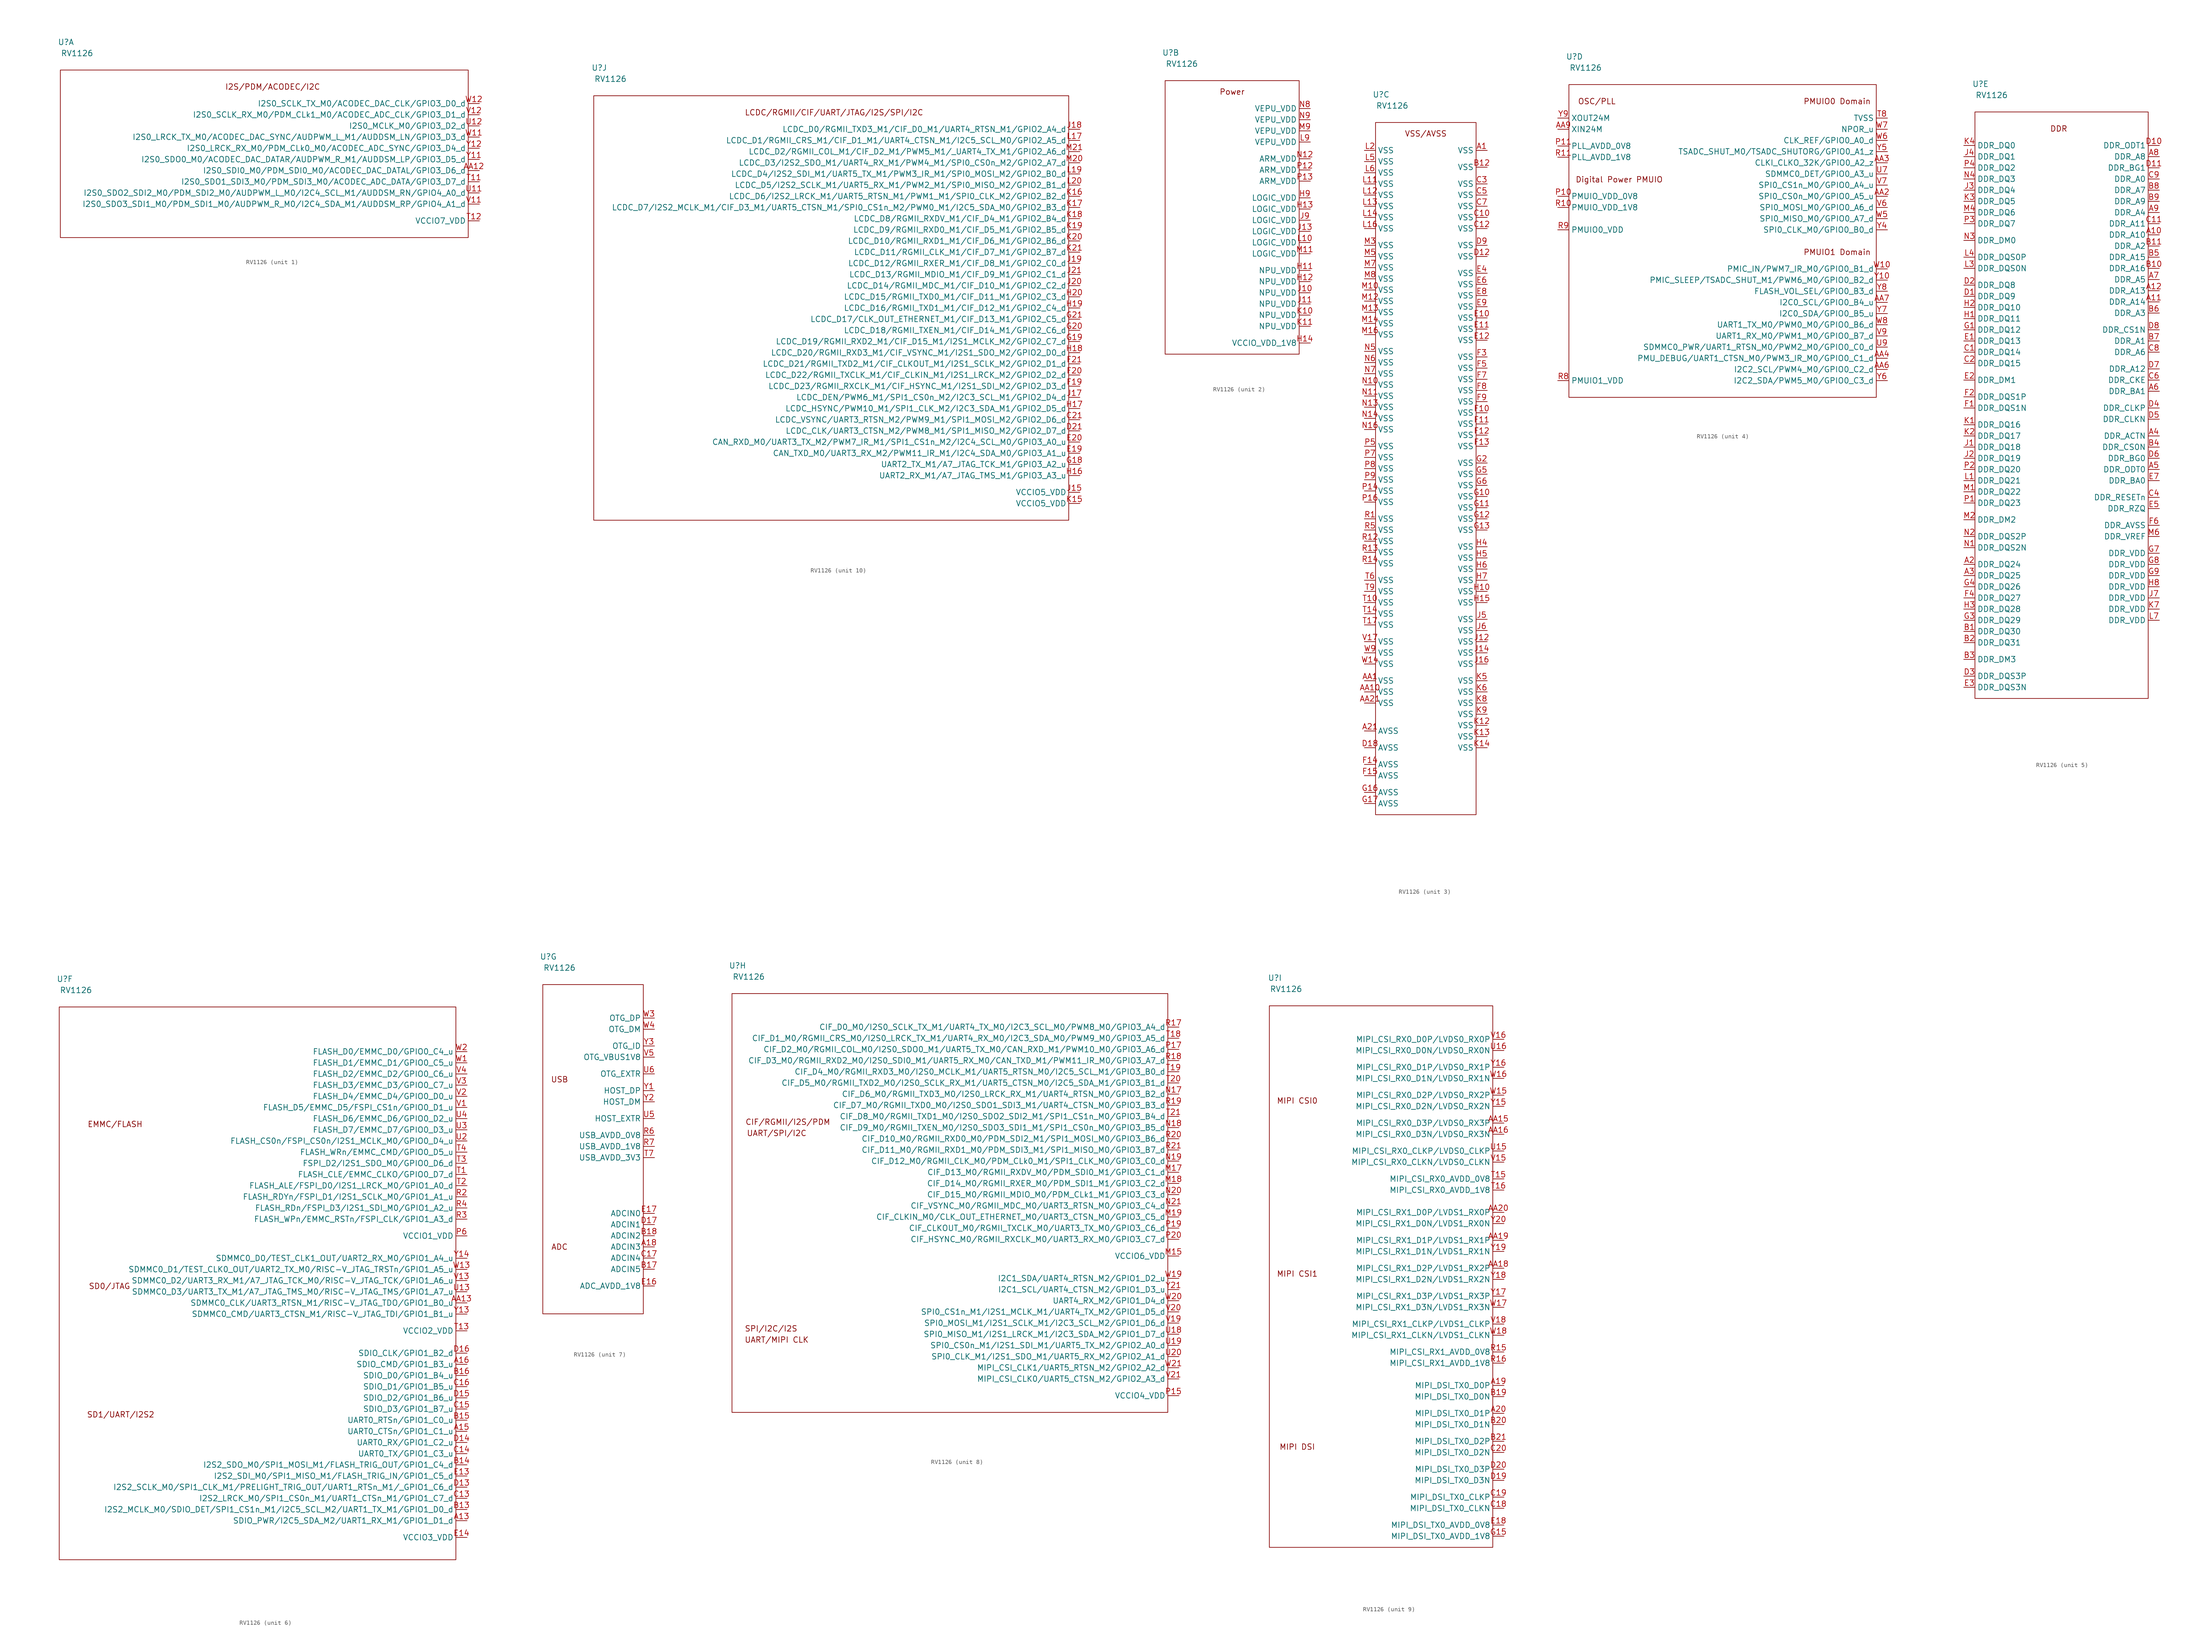
<source format=kicad_sym>
(kicad_symbol_lib
  (version 20201005)
  (generator kicad_symbol_editor)
  (symbol "berryflight:RV1126"
    (property "Reference" "U"
      (at -16.51 6.35 0)
      (effects (font (size 1.27 1.27))))
    (property "Value" "RV1126"
      (at -13.97 3.81 0)
      (effects (font (size 1.27 1.27))))
    (property "ki_locked" ""
      (at 0 0 0)
      (effects (font (size 1.27 1.27))))
    (symbol "RV1126_1_1"
      (text "I2S/PDM/ACODEC/I2C" (at 30.48 -3.81 0) (effects (font (size 1.27 1.27))))
      (rectangle (start -17.78 0) (end 74.93 -38.1) (stroke (width 0.152)) (fill (type none)))
      (pin unspecified line (at 77.47 -22.86 180) (length 2.54) (name "I2S0_SDI0_M0/PDM_SDI0_M0/ACODEC_DAC_DATAL/GPIO3_D6_d" (effects (font (size 1.27 1.27)))) (number "AA12" (effects (font (size 1.27 1.27)))))
      (pin unspecified line (at 77.47 -25.4 180) (length 2.54) (name "I2S0_SDO1_SDI3_M0/PDM_SDI3_M0/ACODEC_ADC_DATA/GPIO3_D7_d" (effects (font (size 1.27 1.27)))) (number "T11" (effects (font (size 1.27 1.27)))))
      (pin unspecified line (at 77.47 -34.29 180) (length 2.54) (name "VCCIO7_VDD" (effects (font (size 1.27 1.27)))) (number "T12" (effects (font (size 1.27 1.27)))))
      (pin unspecified line (at 77.47 -27.94 180) (length 2.54) (name "I2S0_SDO2_SDI2_M0/PDM_SDI2_M0/AUDPWM_L_M0/I2C4_SCL_M1/AUDDSM_RN/GPIO4_A0_d" (effects (font (size 1.27 1.27)))) (number "U11" (effects (font (size 1.27 1.27)))))
      (pin unspecified line (at 77.47 -12.7 180) (length 2.54) (name "I2S0_MCLK_M0/GPIO3_D2_d" (effects (font (size 1.27 1.27)))) (number "U12" (effects (font (size 1.27 1.27)))))
      (pin unspecified line (at 77.47 -30.48 180) (length 2.54) (name "I2S0_SDO3_SDI1_M0/PDM_SDI1_M0/AUDPWM_R_M0/I2C4_SDA_M1/AUDDSM_RP/GPIO4_A1_d" (effects (font (size 1.27 1.27)))) (number "V11" (effects (font (size 1.27 1.27)))))
      (pin unspecified line (at 77.47 -10.16 180) (length 2.54) (name "I2S0_SCLK_RX_M0/PDM_CLk1_M0/ACODEC_ADC_CLK/GPIO3_D1_d" (effects (font (size 1.27 1.27)))) (number "V12" (effects (font (size 1.27 1.27)))))
      (pin unspecified line (at 77.47 -15.24 180) (length 2.54) (name "I2S0_LRCK_TX_M0/ACODEC_DAC_SYNC/AUDPWM_L_M1/AUDDSM_LN/GPIO3_D3_d" (effects (font (size 1.27 1.27)))) (number "W11" (effects (font (size 1.27 1.27)))))
      (pin unspecified line (at 77.47 -7.62 180) (length 2.54) (name "I2S0_SCLK_TX_M0/ACODEC_DAC_CLK/GPIO3_D0_d" (effects (font (size 1.27 1.27)))) (number "W12" (effects (font (size 1.27 1.27)))))
      (pin unspecified line (at 77.47 -20.32 180) (length 2.54) (name "I2S0_SDO0_M0/ACODEC_DAC_DATAR/AUDPWM_R_M1/AUDDSM_LP/GPIO3_D5_d" (effects (font (size 1.27 1.27)))) (number "Y11" (effects (font (size 1.27 1.27)))))
      (pin unspecified line (at 77.47 -17.78 180) (length 2.54) (name "I2S0_LRCK_RX_M0/PDM_CLk0_M0/ACODEC_ADC_SYNC/GPIO3_D4_d" (effects (font (size 1.27 1.27)))) (number "Y12" (effects (font (size 1.27 1.27))))))
    (symbol "RV1126_2_1"
      (text "Power" (at -2.54 -2.54 0) (effects (font (size 1.27 1.27))))
      (rectangle (start -17.78 0) (end 12.7 -62.23) (stroke (width 0.152)) (fill (type none)))
      (pin unspecified line (at 15.24 -43.18 180) (length 2.54) (name "NPU_VDD" (effects (font (size 1.27 1.27)))) (number "H11" (effects (font (size 1.27 1.27)))))
      (pin unspecified line (at 15.24 -45.72 180) (length 2.54) (name "NPU_VDD" (effects (font (size 1.27 1.27)))) (number "H12" (effects (font (size 1.27 1.27)))))
      (pin unspecified line (at 15.24 -29.21 180) (length 2.54) (name "LOGIC_VDD" (effects (font (size 1.27 1.27)))) (number "H13" (effects (font (size 1.27 1.27)))))
      (pin unspecified line (at 15.24 -59.69 180) (length 2.54) (name "VCCIO_VDD_1V8" (effects (font (size 1.27 1.27)))) (number "H14" (effects (font (size 1.27 1.27)))))
      (pin unspecified line (at 15.24 -26.67 180) (length 2.54) (name "LOGIC_VDD" (effects (font (size 1.27 1.27)))) (number "H9" (effects (font (size 1.27 1.27)))))
      (pin unspecified line (at 15.24 -48.26 180) (length 2.54) (name "NPU_VDD" (effects (font (size 1.27 1.27)))) (number "J10" (effects (font (size 1.27 1.27)))))
      (pin unspecified line (at 15.24 -50.8 180) (length 2.54) (name "NPU_VDD" (effects (font (size 1.27 1.27)))) (number "J11" (effects (font (size 1.27 1.27)))))
      (pin unspecified line (at 15.24 -34.29 180) (length 2.54) (name "LOGIC_VDD" (effects (font (size 1.27 1.27)))) (number "J13" (effects (font (size 1.27 1.27)))))
      (pin unspecified line (at 15.24 -31.75 180) (length 2.54) (name "LOGIC_VDD" (effects (font (size 1.27 1.27)))) (number "J9" (effects (font (size 1.27 1.27)))))
      (pin unspecified line (at 15.24 -53.34 180) (length 2.54) (name "NPU_VDD" (effects (font (size 1.27 1.27)))) (number "K10" (effects (font (size 1.27 1.27)))))
      (pin unspecified line (at 15.24 -55.88 180) (length 2.54) (name "NPU_VDD" (effects (font (size 1.27 1.27)))) (number "K11" (effects (font (size 1.27 1.27)))))
      (pin unspecified line (at 15.24 -36.83 180) (length 2.54) (name "LOGIC_VDD" (effects (font (size 1.27 1.27)))) (number "L10" (effects (font (size 1.27 1.27)))))
      (pin unspecified line (at 15.24 -13.97 180) (length 2.54) (name "VEPU_VDD" (effects (font (size 1.27 1.27)))) (number "L9" (effects (font (size 1.27 1.27)))))
      (pin unspecified line (at 15.24 -39.37 180) (length 2.54) (name "LOGIC_VDD" (effects (font (size 1.27 1.27)))) (number "M11" (effects (font (size 1.27 1.27)))))
      (pin unspecified line (at 15.24 -11.43 180) (length 2.54) (name "VEPU_VDD" (effects (font (size 1.27 1.27)))) (number "M9" (effects (font (size 1.27 1.27)))))
      (pin unspecified line (at 15.24 -17.78 180) (length 2.54) (name "ARM_VDD" (effects (font (size 1.27 1.27)))) (number "N12" (effects (font (size 1.27 1.27)))))
      (pin unspecified line (at 15.24 -6.35 180) (length 2.54) (name "VEPU_VDD" (effects (font (size 1.27 1.27)))) (number "N8" (effects (font (size 1.27 1.27)))))
      (pin unspecified line (at 15.24 -8.89 180) (length 2.54) (name "VEPU_VDD" (effects (font (size 1.27 1.27)))) (number "N9" (effects (font (size 1.27 1.27)))))
      (pin unspecified line (at 15.24 -20.32 180) (length 2.54) (name "ARM_VDD" (effects (font (size 1.27 1.27)))) (number "P12" (effects (font (size 1.27 1.27)))))
      (pin unspecified line (at 15.24 -22.86 180) (length 2.54) (name "ARM_VDD" (effects (font (size 1.27 1.27)))) (number "P13" (effects (font (size 1.27 1.27))))))
    (symbol "RV1126_3_1"
      (text "VSS/AVSS" (at -6.35 -2.54 0) (effects (font (size 1.27 1.27))))
      (rectangle (start -17.78 0) (end 5.08 -157.48) (stroke (width 0.152)) (fill (type none)))
      (pin unspecified line (at 7.62 -6.35 180) (length 2.54) (name "VSS" (effects (font (size 1.27 1.27)))) (number "A1" (effects (font (size 1.27 1.27)))))
      (pin unspecified line (at -20.32 -138.43 0) (length 2.54) (name "AVSS" (effects (font (size 1.27 1.27)))) (number "A21" (effects (font (size 1.27 1.27)))))
      (pin unspecified line (at -20.32 -127 0) (length 2.54) (name "VSS" (effects (font (size 1.27 1.27)))) (number "AA1" (effects (font (size 1.27 1.27)))))
      (pin unspecified line (at -20.32 -129.54 0) (length 2.54) (name "VSS" (effects (font (size 1.27 1.27)))) (number "AA10" (effects (font (size 1.27 1.27)))))
      (pin unspecified line (at -20.32 -132.08 0) (length 2.54) (name "VSS" (effects (font (size 1.27 1.27)))) (number "AA21" (effects (font (size 1.27 1.27)))))
      (pin unspecified line (at 7.62 -10.16 180) (length 2.54) (name "VSS" (effects (font (size 1.27 1.27)))) (number "B12" (effects (font (size 1.27 1.27)))))
      (pin unspecified line (at 7.62 -21.59 180) (length 2.54) (name "VSS" (effects (font (size 1.27 1.27)))) (number "C10" (effects (font (size 1.27 1.27)))))
      (pin unspecified line (at 7.62 -24.13 180) (length 2.54) (name "VSS" (effects (font (size 1.27 1.27)))) (number "C12" (effects (font (size 1.27 1.27)))))
      (pin unspecified line (at 7.62 -13.97 180) (length 2.54) (name "VSS" (effects (font (size 1.27 1.27)))) (number "C3" (effects (font (size 1.27 1.27)))))
      (pin unspecified line (at 7.62 -16.51 180) (length 2.54) (name "VSS" (effects (font (size 1.27 1.27)))) (number "C5" (effects (font (size 1.27 1.27)))))
      (pin unspecified line (at 7.62 -19.05 180) (length 2.54) (name "VSS" (effects (font (size 1.27 1.27)))) (number "C7" (effects (font (size 1.27 1.27)))))
      (pin unspecified line (at 7.62 -30.48 180) (length 2.54) (name "VSS" (effects (font (size 1.27 1.27)))) (number "D12" (effects (font (size 1.27 1.27)))))
      (pin unspecified line (at -20.32 -142.24 0) (length 2.54) (name "AVSS" (effects (font (size 1.27 1.27)))) (number "D18" (effects (font (size 1.27 1.27)))))
      (pin unspecified line (at 7.62 -27.94 180) (length 2.54) (name "VSS" (effects (font (size 1.27 1.27)))) (number "D9" (effects (font (size 1.27 1.27)))))
      (pin unspecified line (at 7.62 -44.45 180) (length 2.54) (name "VSS" (effects (font (size 1.27 1.27)))) (number "E10" (effects (font (size 1.27 1.27)))))
      (pin unspecified line (at 7.62 -46.99 180) (length 2.54) (name "VSS" (effects (font (size 1.27 1.27)))) (number "E11" (effects (font (size 1.27 1.27)))))
      (pin unspecified line (at 7.62 -49.53 180) (length 2.54) (name "VSS" (effects (font (size 1.27 1.27)))) (number "E12" (effects (font (size 1.27 1.27)))))
      (pin unspecified line (at 7.62 -34.29 180) (length 2.54) (name "VSS" (effects (font (size 1.27 1.27)))) (number "E4" (effects (font (size 1.27 1.27)))))
      (pin unspecified line (at 7.62 -36.83 180) (length 2.54) (name "VSS" (effects (font (size 1.27 1.27)))) (number "E6" (effects (font (size 1.27 1.27)))))
      (pin unspecified line (at 7.62 -39.37 180) (length 2.54) (name "VSS" (effects (font (size 1.27 1.27)))) (number "E8" (effects (font (size 1.27 1.27)))))
      (pin unspecified line (at 7.62 -41.91 180) (length 2.54) (name "VSS" (effects (font (size 1.27 1.27)))) (number "E9" (effects (font (size 1.27 1.27)))))
      (pin unspecified line (at 7.62 -66.04 180) (length 2.54) (name "VSS" (effects (font (size 1.27 1.27)))) (number "F10" (effects (font (size 1.27 1.27)))))
      (pin unspecified line (at 7.62 -68.58 180) (length 2.54) (name "VSS" (effects (font (size 1.27 1.27)))) (number "F11" (effects (font (size 1.27 1.27)))))
      (pin unspecified line (at 7.62 -71.12 180) (length 2.54) (name "VSS" (effects (font (size 1.27 1.27)))) (number "F12" (effects (font (size 1.27 1.27)))))
      (pin unspecified line (at 7.62 -73.66 180) (length 2.54) (name "VSS" (effects (font (size 1.27 1.27)))) (number "F13" (effects (font (size 1.27 1.27)))))
      (pin unspecified line (at -20.32 -146.05 0) (length 2.54) (name "AVSS" (effects (font (size 1.27 1.27)))) (number "F14" (effects (font (size 1.27 1.27)))))
      (pin unspecified line (at -20.32 -148.59 0) (length 2.54) (name "AVSS" (effects (font (size 1.27 1.27)))) (number "F15" (effects (font (size 1.27 1.27)))))
      (pin unspecified line (at 7.62 -53.34 180) (length 2.54) (name "VSS" (effects (font (size 1.27 1.27)))) (number "F3" (effects (font (size 1.27 1.27)))))
      (pin unspecified line (at 7.62 -55.88 180) (length 2.54) (name "VSS" (effects (font (size 1.27 1.27)))) (number "F5" (effects (font (size 1.27 1.27)))))
      (pin unspecified line (at 7.62 -58.42 180) (length 2.54) (name "VSS" (effects (font (size 1.27 1.27)))) (number "F7" (effects (font (size 1.27 1.27)))))
      (pin unspecified line (at 7.62 -60.96 180) (length 2.54) (name "VSS" (effects (font (size 1.27 1.27)))) (number "F8" (effects (font (size 1.27 1.27)))))
      (pin unspecified line (at 7.62 -63.5 180) (length 2.54) (name "VSS" (effects (font (size 1.27 1.27)))) (number "F9" (effects (font (size 1.27 1.27)))))
      (pin unspecified line (at 7.62 -85.09 180) (length 2.54) (name "VSS" (effects (font (size 1.27 1.27)))) (number "G10" (effects (font (size 1.27 1.27)))))
      (pin unspecified line (at 7.62 -87.63 180) (length 2.54) (name "VSS" (effects (font (size 1.27 1.27)))) (number "G11" (effects (font (size 1.27 1.27)))))
      (pin unspecified line (at 7.62 -90.17 180) (length 2.54) (name "VSS" (effects (font (size 1.27 1.27)))) (number "G12" (effects (font (size 1.27 1.27)))))
      (pin unspecified line (at 7.62 -92.71 180) (length 2.54) (name "VSS" (effects (font (size 1.27 1.27)))) (number "G13" (effects (font (size 1.27 1.27)))))
      (pin unspecified line (at -20.32 -152.4 0) (length 2.54) (name "AVSS" (effects (font (size 1.27 1.27)))) (number "G16" (effects (font (size 1.27 1.27)))))
      (pin unspecified line (at -20.32 -154.94 0) (length 2.54) (name "AVSS" (effects (font (size 1.27 1.27)))) (number "G17" (effects (font (size 1.27 1.27)))))
      (pin unspecified line (at 7.62 -77.47 180) (length 2.54) (name "VSS" (effects (font (size 1.27 1.27)))) (number "G2" (effects (font (size 1.27 1.27)))))
      (pin unspecified line (at 7.62 -80.01 180) (length 2.54) (name "VSS" (effects (font (size 1.27 1.27)))) (number "G5" (effects (font (size 1.27 1.27)))))
      (pin unspecified line (at 7.62 -82.55 180) (length 2.54) (name "VSS" (effects (font (size 1.27 1.27)))) (number "G6" (effects (font (size 1.27 1.27)))))
      (pin unspecified line (at 7.62 -106.68 180) (length 2.54) (name "VSS" (effects (font (size 1.27 1.27)))) (number "H10" (effects (font (size 1.27 1.27)))))
      (pin unspecified line (at 7.62 -109.22 180) (length 2.54) (name "VSS" (effects (font (size 1.27 1.27)))) (number "H15" (effects (font (size 1.27 1.27)))))
      (pin unspecified line (at 7.62 -96.52 180) (length 2.54) (name "VSS" (effects (font (size 1.27 1.27)))) (number "H4" (effects (font (size 1.27 1.27)))))
      (pin unspecified line (at 7.62 -99.06 180) (length 2.54) (name "VSS" (effects (font (size 1.27 1.27)))) (number "H5" (effects (font (size 1.27 1.27)))))
      (pin unspecified line (at 7.62 -101.6 180) (length 2.54) (name "VSS" (effects (font (size 1.27 1.27)))) (number "H6" (effects (font (size 1.27 1.27)))))
      (pin unspecified line (at 7.62 -104.14 180) (length 2.54) (name "VSS" (effects (font (size 1.27 1.27)))) (number "H7" (effects (font (size 1.27 1.27)))))
      (pin unspecified line (at 7.62 -118.11 180) (length 2.54) (name "VSS" (effects (font (size 1.27 1.27)))) (number "J12" (effects (font (size 1.27 1.27)))))
      (pin unspecified line (at 7.62 -120.65 180) (length 2.54) (name "VSS" (effects (font (size 1.27 1.27)))) (number "J14" (effects (font (size 1.27 1.27)))))
      (pin unspecified line (at 7.62 -123.19 180) (length 2.54) (name "VSS" (effects (font (size 1.27 1.27)))) (number "J16" (effects (font (size 1.27 1.27)))))
      (pin unspecified line (at 7.62 -113.03 180) (length 2.54) (name "VSS" (effects (font (size 1.27 1.27)))) (number "J5" (effects (font (size 1.27 1.27)))))
      (pin unspecified line (at 7.62 -115.57 180) (length 2.54) (name "VSS" (effects (font (size 1.27 1.27)))) (number "J6" (effects (font (size 1.27 1.27)))))
      (pin unspecified line (at 7.62 -137.16 180) (length 2.54) (name "VSS" (effects (font (size 1.27 1.27)))) (number "K12" (effects (font (size 1.27 1.27)))))
      (pin unspecified line (at 7.62 -139.7 180) (length 2.54) (name "VSS" (effects (font (size 1.27 1.27)))) (number "K13" (effects (font (size 1.27 1.27)))))
      (pin unspecified line (at 7.62 -142.24 180) (length 2.54) (name "VSS" (effects (font (size 1.27 1.27)))) (number "K14" (effects (font (size 1.27 1.27)))))
      (pin unspecified line (at 7.62 -127 180) (length 2.54) (name "VSS" (effects (font (size 1.27 1.27)))) (number "K5" (effects (font (size 1.27 1.27)))))
      (pin unspecified line (at 7.62 -129.54 180) (length 2.54) (name "VSS" (effects (font (size 1.27 1.27)))) (number "K6" (effects (font (size 1.27 1.27)))))
      (pin unspecified line (at 7.62 -132.08 180) (length 2.54) (name "VSS" (effects (font (size 1.27 1.27)))) (number "K8" (effects (font (size 1.27 1.27)))))
      (pin unspecified line (at 7.62 -134.62 180) (length 2.54) (name "VSS" (effects (font (size 1.27 1.27)))) (number "K9" (effects (font (size 1.27 1.27)))))
      (pin unspecified line (at -20.32 -13.97 0) (length 2.54) (name "VSS" (effects (font (size 1.27 1.27)))) (number "L11" (effects (font (size 1.27 1.27)))))
      (pin unspecified line (at -20.32 -16.51 0) (length 2.54) (name "VSS" (effects (font (size 1.27 1.27)))) (number "L12" (effects (font (size 1.27 1.27)))))
      (pin unspecified line (at -20.32 -19.05 0) (length 2.54) (name "VSS" (effects (font (size 1.27 1.27)))) (number "L13" (effects (font (size 1.27 1.27)))))
      (pin unspecified line (at -20.32 -21.59 0) (length 2.54) (name "VSS" (effects (font (size 1.27 1.27)))) (number "L14" (effects (font (size 1.27 1.27)))))
      (pin unspecified line (at -20.32 -24.13 0) (length 2.54) (name "VSS" (effects (font (size 1.27 1.27)))) (number "L16" (effects (font (size 1.27 1.27)))))
      (pin unspecified line (at -20.32 -6.35 0) (length 2.54) (name "VSS" (effects (font (size 1.27 1.27)))) (number "L2" (effects (font (size 1.27 1.27)))))
      (pin unspecified line (at -20.32 -8.89 0) (length 2.54) (name "VSS" (effects (font (size 1.27 1.27)))) (number "L5" (effects (font (size 1.27 1.27)))))
      (pin unspecified line (at -20.32 -11.43 0) (length 2.54) (name "VSS" (effects (font (size 1.27 1.27)))) (number "L6" (effects (font (size 1.27 1.27)))))
      (pin unspecified line (at -20.32 -38.1 0) (length 2.54) (name "VSS" (effects (font (size 1.27 1.27)))) (number "M10" (effects (font (size 1.27 1.27)))))
      (pin unspecified line (at -20.32 -40.64 0) (length 2.54) (name "VSS" (effects (font (size 1.27 1.27)))) (number "M12" (effects (font (size 1.27 1.27)))))
      (pin unspecified line (at -20.32 -43.18 0) (length 2.54) (name "VSS" (effects (font (size 1.27 1.27)))) (number "M13" (effects (font (size 1.27 1.27)))))
      (pin unspecified line (at -20.32 -45.72 0) (length 2.54) (name "VSS" (effects (font (size 1.27 1.27)))) (number "M14" (effects (font (size 1.27 1.27)))))
      (pin unspecified line (at -20.32 -48.26 0) (length 2.54) (name "VSS" (effects (font (size 1.27 1.27)))) (number "M16" (effects (font (size 1.27 1.27)))))
      (pin unspecified line (at -20.32 -27.94 0) (length 2.54) (name "VSS" (effects (font (size 1.27 1.27)))) (number "M3" (effects (font (size 1.27 1.27)))))
      (pin unspecified line (at -20.32 -30.48 0) (length 2.54) (name "VSS" (effects (font (size 1.27 1.27)))) (number "M5" (effects (font (size 1.27 1.27)))))
      (pin unspecified line (at -20.32 -33.02 0) (length 2.54) (name "VSS" (effects (font (size 1.27 1.27)))) (number "M7" (effects (font (size 1.27 1.27)))))
      (pin unspecified line (at -20.32 -35.56 0) (length 2.54) (name "VSS" (effects (font (size 1.27 1.27)))) (number "M8" (effects (font (size 1.27 1.27)))))
      (pin unspecified line (at -20.32 -59.69 0) (length 2.54) (name "VSS" (effects (font (size 1.27 1.27)))) (number "N10" (effects (font (size 1.27 1.27)))))
      (pin unspecified line (at -20.32 -62.23 0) (length 2.54) (name "VSS" (effects (font (size 1.27 1.27)))) (number "N11" (effects (font (size 1.27 1.27)))))
      (pin unspecified line (at -20.32 -64.77 0) (length 2.54) (name "VSS" (effects (font (size 1.27 1.27)))) (number "N13" (effects (font (size 1.27 1.27)))))
      (pin unspecified line (at -20.32 -67.31 0) (length 2.54) (name "VSS" (effects (font (size 1.27 1.27)))) (number "N14" (effects (font (size 1.27 1.27)))))
      (pin unspecified line (at -20.32 -69.85 0) (length 2.54) (name "VSS" (effects (font (size 1.27 1.27)))) (number "N16" (effects (font (size 1.27 1.27)))))
      (pin unspecified line (at -20.32 -52.07 0) (length 2.54) (name "VSS" (effects (font (size 1.27 1.27)))) (number "N5" (effects (font (size 1.27 1.27)))))
      (pin unspecified line (at -20.32 -54.61 0) (length 2.54) (name "VSS" (effects (font (size 1.27 1.27)))) (number "N6" (effects (font (size 1.27 1.27)))))
      (pin unspecified line (at -20.32 -57.15 0) (length 2.54) (name "VSS" (effects (font (size 1.27 1.27)))) (number "N7" (effects (font (size 1.27 1.27)))))
      (pin unspecified line (at -20.32 -83.82 0) (length 2.54) (name "VSS" (effects (font (size 1.27 1.27)))) (number "P14" (effects (font (size 1.27 1.27)))))
      (pin unspecified line (at -20.32 -86.36 0) (length 2.54) (name "VSS" (effects (font (size 1.27 1.27)))) (number "P16" (effects (font (size 1.27 1.27)))))
      (pin unspecified line (at -20.32 -73.66 0) (length 2.54) (name "VSS" (effects (font (size 1.27 1.27)))) (number "P5" (effects (font (size 1.27 1.27)))))
      (pin unspecified line (at -20.32 -76.2 0) (length 2.54) (name "VSS" (effects (font (size 1.27 1.27)))) (number "P7" (effects (font (size 1.27 1.27)))))
      (pin unspecified line (at -20.32 -78.74 0) (length 2.54) (name "VSS" (effects (font (size 1.27 1.27)))) (number "P8" (effects (font (size 1.27 1.27)))))
      (pin unspecified line (at -20.32 -81.28 0) (length 2.54) (name "VSS" (effects (font (size 1.27 1.27)))) (number "P9" (effects (font (size 1.27 1.27)))))
      (pin unspecified line (at -20.32 -90.17 0) (length 2.54) (name "VSS" (effects (font (size 1.27 1.27)))) (number "R1" (effects (font (size 1.27 1.27)))))
      (pin unspecified line (at -20.32 -95.25 0) (length 2.54) (name "VSS" (effects (font (size 1.27 1.27)))) (number "R12" (effects (font (size 1.27 1.27)))))
      (pin unspecified line (at -20.32 -97.79 0) (length 2.54) (name "VSS" (effects (font (size 1.27 1.27)))) (number "R13" (effects (font (size 1.27 1.27)))))
      (pin unspecified line (at -20.32 -100.33 0) (length 2.54) (name "VSS" (effects (font (size 1.27 1.27)))) (number "R14" (effects (font (size 1.27 1.27)))))
      (pin unspecified line (at -20.32 -92.71 0) (length 2.54) (name "VSS" (effects (font (size 1.27 1.27)))) (number "R5" (effects (font (size 1.27 1.27)))))
      (pin unspecified line (at -20.32 -109.22 0) (length 2.54) (name "VSS" (effects (font (size 1.27 1.27)))) (number "T10" (effects (font (size 1.27 1.27)))))
      (pin unspecified line (at -20.32 -111.76 0) (length 2.54) (name "VSS" (effects (font (size 1.27 1.27)))) (number "T14" (effects (font (size 1.27 1.27)))))
      (pin unspecified line (at -20.32 -114.3 0) (length 2.54) (name "VSS" (effects (font (size 1.27 1.27)))) (number "T17" (effects (font (size 1.27 1.27)))))
      (pin unspecified line (at -20.32 -104.14 0) (length 2.54) (name "VSS" (effects (font (size 1.27 1.27)))) (number "T6" (effects (font (size 1.27 1.27)))))
      (pin unspecified line (at -20.32 -106.68 0) (length 2.54) (name "VSS" (effects (font (size 1.27 1.27)))) (number "T9" (effects (font (size 1.27 1.27)))))
      (pin unspecified line (at -20.32 -118.11 0) (length 2.54) (name "VSS" (effects (font (size 1.27 1.27)))) (number "V17" (effects (font (size 1.27 1.27)))))
      (pin unspecified line (at -20.32 -123.19 0) (length 2.54) (name "VSS" (effects (font (size 1.27 1.27)))) (number "W14" (effects (font (size 1.27 1.27)))))
      (pin unspecified line (at -20.32 -120.65 0) (length 2.54) (name "VSS" (effects (font (size 1.27 1.27)))) (number "W9" (effects (font (size 1.27 1.27))))))
    (symbol "RV1126_4_1"
      (text "Digital Power PMUIO" (at -6.35 -21.59 0) (effects (font (size 1.27 1.27))))
      (text "OSC/PLL" (at -11.43 -3.81 0) (effects (font (size 1.27 1.27))))
      (text "PMUIO0 Domain" (at 43.18 -3.81 0) (effects (font (size 1.27 1.27))))
      (text "PMUIO1 Domain" (at 43.18 -38.1 0) (effects (font (size 1.27 1.27))))
      (rectangle (start -17.78 0) (end 52.07 -71.12) (stroke (width 0.152)) (fill (type none)))
      (pin unspecified line (at 54.61 -25.4 180) (length 2.54) (name "SPI0_CS0n_M0/GPIO0_A5_u" (effects (font (size 1.27 1.27)))) (number "AA2" (effects (font (size 1.27 1.27)))))
      (pin unspecified line (at 54.61 -17.78 180) (length 2.54) (name "CLKI_CLKO_32K/GPIO0_A2_z" (effects (font (size 1.27 1.27)))) (number "AA3" (effects (font (size 1.27 1.27)))))
      (pin unspecified line (at 54.61 -62.23 180) (length 2.54) (name "PMU_DEBUG/UART1_CTSN_M0/PWM3_IR_M0/GPIO0_C1_d" (effects (font (size 1.27 1.27)))) (number "AA4" (effects (font (size 1.27 1.27)))))
      (pin unspecified line (at 54.61 -64.77 180) (length 2.54) (name "I2C2_SCL/PWM4_M0/GPIO0_C2_d" (effects (font (size 1.27 1.27)))) (number "AA6" (effects (font (size 1.27 1.27)))))
      (pin unspecified line (at 54.61 -49.53 180) (length 2.54) (name "I2C0_SCL/GPIO0_B4_u" (effects (font (size 1.27 1.27)))) (number "AA7" (effects (font (size 1.27 1.27)))))
      (pin unspecified line (at -20.32 -10.16 0) (length 2.54) (name "XIN24M" (effects (font (size 1.27 1.27)))) (number "AA9" (effects (font (size 1.27 1.27)))))
      (pin unspecified line (at -20.32 -25.4 0) (length 2.54) (name "PMUIO_VDD_0V8" (effects (font (size 1.27 1.27)))) (number "P10" (effects (font (size 1.27 1.27)))))
      (pin unspecified line (at -20.32 -13.97 0) (length 2.54) (name "PLL_AVDD_0V8" (effects (font (size 1.27 1.27)))) (number "P11" (effects (font (size 1.27 1.27)))))
      (pin unspecified line (at -20.32 -27.94 0) (length 2.54) (name "PMUIO_VDD_1V8" (effects (font (size 1.27 1.27)))) (number "R10" (effects (font (size 1.27 1.27)))))
      (pin unspecified line (at -20.32 -16.51 0) (length 2.54) (name "PLL_AVDD_1V8" (effects (font (size 1.27 1.27)))) (number "R11" (effects (font (size 1.27 1.27)))))
      (pin unspecified line (at -20.32 -67.31 0) (length 2.54) (name "PMUIO1_VDD" (effects (font (size 1.27 1.27)))) (number "R8" (effects (font (size 1.27 1.27)))))
      (pin unspecified line (at -20.32 -33.02 0) (length 2.54) (name "PMUIO0_VDD" (effects (font (size 1.27 1.27)))) (number "R9" (effects (font (size 1.27 1.27)))))
      (pin unspecified line (at 54.61 -7.62 180) (length 2.54) (name "TVSS" (effects (font (size 1.27 1.27)))) (number "T8" (effects (font (size 1.27 1.27)))))
      (pin unspecified line (at 54.61 -20.32 180) (length 2.54) (name "SDMMC0_DET/GPIO0_A3_u" (effects (font (size 1.27 1.27)))) (number "U7" (effects (font (size 1.27 1.27)))))
      (pin unspecified line (at 54.61 -59.69 180) (length 2.54) (name "SDMMC0_PWR/UART1_RTSN_M0/PWM2_M0/GPIO0_C0_d" (effects (font (size 1.27 1.27)))) (number "U9" (effects (font (size 1.27 1.27)))))
      (pin unspecified line (at 54.61 -27.94 180) (length 2.54) (name "SPI0_MOSI_M0/GPIO0_A6_d" (effects (font (size 1.27 1.27)))) (number "V6" (effects (font (size 1.27 1.27)))))
      (pin unspecified line (at 54.61 -22.86 180) (length 2.54) (name "SPI0_CS1n_M0/GPIO0_A4_u" (effects (font (size 1.27 1.27)))) (number "V7" (effects (font (size 1.27 1.27)))))
      (pin unspecified line (at 54.61 -57.15 180) (length 2.54) (name "UART1_RX_M0/PWM1_M0/GPIO0_B7_d" (effects (font (size 1.27 1.27)))) (number "V9" (effects (font (size 1.27 1.27)))))
      (pin unspecified line (at 54.61 -41.91 180) (length 2.54) (name "PMIC_IN/PWM7_IR_M0/GPIO0_B1_d" (effects (font (size 1.27 1.27)))) (number "W10" (effects (font (size 1.27 1.27)))))
      (pin unspecified line (at 54.61 -30.48 180) (length 2.54) (name "SPI0_MISO_M0/GPIO0_A7_d" (effects (font (size 1.27 1.27)))) (number "W5" (effects (font (size 1.27 1.27)))))
      (pin unspecified line (at 54.61 -12.7 180) (length 2.54) (name "CLK_REF/GPIO0_A0_d" (effects (font (size 1.27 1.27)))) (number "W6" (effects (font (size 1.27 1.27)))))
      (pin unspecified line (at 54.61 -10.16 180) (length 2.54) (name "NPOR_u" (effects (font (size 1.27 1.27)))) (number "W7" (effects (font (size 1.27 1.27)))))
      (pin unspecified line (at 54.61 -54.61 180) (length 2.54) (name "UART1_TX_M0/PWM0_M0/GPIO0_B6_d" (effects (font (size 1.27 1.27)))) (number "W8" (effects (font (size 1.27 1.27)))))
      (pin unspecified line (at 54.61 -44.45 180) (length 2.54) (name "PMIC_SLEEP/TSADC_SHUT_M1/PWM6_M0/GPIO0_B2_d" (effects (font (size 1.27 1.27)))) (number "Y10" (effects (font (size 1.27 1.27)))))
      (pin unspecified line (at 54.61 -33.02 180) (length 2.54) (name "SPI0_CLK_M0/GPIO0_B0_d" (effects (font (size 1.27 1.27)))) (number "Y4" (effects (font (size 1.27 1.27)))))
      (pin unspecified line (at 54.61 -15.24 180) (length 2.54) (name "TSADC_SHUT_M0/TSADC_SHUTORG/GPIO0_A1_z" (effects (font (size 1.27 1.27)))) (number "Y5" (effects (font (size 1.27 1.27)))))
      (pin unspecified line (at 54.61 -67.31 180) (length 2.54) (name "I2C2_SDA/PWM5_M0/GPIO0_C3_d" (effects (font (size 1.27 1.27)))) (number "Y6" (effects (font (size 1.27 1.27)))))
      (pin unspecified line (at 54.61 -52.07 180) (length 2.54) (name "I2C0_SDA/GPIO0_B5_u" (effects (font (size 1.27 1.27)))) (number "Y7" (effects (font (size 1.27 1.27)))))
      (pin unspecified line (at 54.61 -46.99 180) (length 2.54) (name "FLASH_VOL_SEL/GPIO0_B3_d" (effects (font (size 1.27 1.27)))) (number "Y8" (effects (font (size 1.27 1.27)))))
      (pin unspecified line (at -20.32 -7.62 0) (length 2.54) (name "XOUT24M" (effects (font (size 1.27 1.27)))) (number "Y9" (effects (font (size 1.27 1.27))))))
    (symbol "RV1126_5_1"
      (text "DDR" (at 1.27 -3.81 0) (effects (font (size 1.27 1.27))))
      (rectangle (start -17.78 0) (end 21.59 -133.35) (stroke (width 0.152)) (fill (type none)))
      (pin unspecified line (at 24.13 -27.94 180) (length 2.54) (name "DDR_A10" (effects (font (size 1.27 1.27)))) (number "A10" (effects (font (size 1.27 1.27)))))
      (pin unspecified line (at 24.13 -43.18 180) (length 2.54) (name "DDR_A14" (effects (font (size 1.27 1.27)))) (number "A11" (effects (font (size 1.27 1.27)))))
      (pin unspecified line (at 24.13 -40.64 180) (length 2.54) (name "DDR_A13" (effects (font (size 1.27 1.27)))) (number "A12" (effects (font (size 1.27 1.27)))))
      (pin unspecified line (at -20.32 -102.87 0) (length 2.54) (name "DDR_DQ24" (effects (font (size 1.27 1.27)))) (number "A2" (effects (font (size 1.27 1.27)))))
      (pin unspecified line (at -20.32 -105.41 0) (length 2.54) (name "DDR_DQ25" (effects (font (size 1.27 1.27)))) (number "A3" (effects (font (size 1.27 1.27)))))
      (pin unspecified line (at 24.13 -73.66 180) (length 2.54) (name "DDR_ACTN" (effects (font (size 1.27 1.27)))) (number "A4" (effects (font (size 1.27 1.27)))))
      (pin unspecified line (at 24.13 -81.28 180) (length 2.54) (name "DDR_ODT0" (effects (font (size 1.27 1.27)))) (number "A5" (effects (font (size 1.27 1.27)))))
      (pin unspecified line (at 24.13 -63.5 180) (length 2.54) (name "DDR_BA1" (effects (font (size 1.27 1.27)))) (number "A6" (effects (font (size 1.27 1.27)))))
      (pin unspecified line (at 24.13 -38.1 180) (length 2.54) (name "DDR_A5" (effects (font (size 1.27 1.27)))) (number "A7" (effects (font (size 1.27 1.27)))))
      (pin unspecified line (at 24.13 -10.16 180) (length 2.54) (name "DDR_A8" (effects (font (size 1.27 1.27)))) (number "A8" (effects (font (size 1.27 1.27)))))
      (pin unspecified line (at 24.13 -22.86 180) (length 2.54) (name "DDR_A4" (effects (font (size 1.27 1.27)))) (number "A9" (effects (font (size 1.27 1.27)))))
      (pin unspecified line (at -20.32 -118.11 0) (length 2.54) (name "DDR_DQ30" (effects (font (size 1.27 1.27)))) (number "B1" (effects (font (size 1.27 1.27)))))
      (pin unspecified line (at 24.13 -35.56 180) (length 2.54) (name "DDR_A16" (effects (font (size 1.27 1.27)))) (number "B10" (effects (font (size 1.27 1.27)))))
      (pin unspecified line (at 24.13 -30.48 180) (length 2.54) (name "DDR_A2" (effects (font (size 1.27 1.27)))) (number "B11" (effects (font (size 1.27 1.27)))))
      (pin unspecified line (at -20.32 -120.65 0) (length 2.54) (name "DDR_DQ31" (effects (font (size 1.27 1.27)))) (number "B2" (effects (font (size 1.27 1.27)))))
      (pin unspecified line (at -20.32 -124.46 0) (length 2.54) (name "DDR_DM3" (effects (font (size 1.27 1.27)))) (number "B3" (effects (font (size 1.27 1.27)))))
      (pin unspecified line (at 24.13 -76.2 180) (length 2.54) (name "DDR_CS0N" (effects (font (size 1.27 1.27)))) (number "B4" (effects (font (size 1.27 1.27)))))
      (pin unspecified line (at 24.13 -33.02 180) (length 2.54) (name "DDR_A15" (effects (font (size 1.27 1.27)))) (number "B5" (effects (font (size 1.27 1.27)))))
      (pin unspecified line (at 24.13 -45.72 180) (length 2.54) (name "DDR_A3" (effects (font (size 1.27 1.27)))) (number "B6" (effects (font (size 1.27 1.27)))))
      (pin unspecified line (at 24.13 -52.07 180) (length 2.54) (name "DDR_A1" (effects (font (size 1.27 1.27)))) (number "B7" (effects (font (size 1.27 1.27)))))
      (pin unspecified line (at 24.13 -17.78 180) (length 2.54) (name "DDR_A7" (effects (font (size 1.27 1.27)))) (number "B8" (effects (font (size 1.27 1.27)))))
      (pin unspecified line (at 24.13 -20.32 180) (length 2.54) (name "DDR_A9" (effects (font (size 1.27 1.27)))) (number "B9" (effects (font (size 1.27 1.27)))))
      (pin unspecified line (at -20.32 -54.61 0) (length 2.54) (name "DDR_DQ14" (effects (font (size 1.27 1.27)))) (number "C1" (effects (font (size 1.27 1.27)))))
      (pin unspecified line (at 24.13 -25.4 180) (length 2.54) (name "DDR_A11" (effects (font (size 1.27 1.27)))) (number "C11" (effects (font (size 1.27 1.27)))))
      (pin unspecified line (at -20.32 -57.15 0) (length 2.54) (name "DDR_DQ15" (effects (font (size 1.27 1.27)))) (number "C2" (effects (font (size 1.27 1.27)))))
      (pin unspecified line (at 24.13 -87.63 180) (length 2.54) (name "DDR_RESETn" (effects (font (size 1.27 1.27)))) (number "C4" (effects (font (size 1.27 1.27)))))
      (pin unspecified line (at 24.13 -60.96 180) (length 2.54) (name "DDR_CKE" (effects (font (size 1.27 1.27)))) (number "C6" (effects (font (size 1.27 1.27)))))
      (pin unspecified line (at 24.13 -54.61 180) (length 2.54) (name "DDR_A6" (effects (font (size 1.27 1.27)))) (number "C8" (effects (font (size 1.27 1.27)))))
      (pin unspecified line (at 24.13 -15.24 180) (length 2.54) (name "DDR_A0" (effects (font (size 1.27 1.27)))) (number "C9" (effects (font (size 1.27 1.27)))))
      (pin unspecified line (at -20.32 -41.91 0) (length 2.54) (name "DDR_DQ9" (effects (font (size 1.27 1.27)))) (number "D1" (effects (font (size 1.27 1.27)))))
      (pin unspecified line (at 24.13 -7.62 180) (length 2.54) (name "DDR_ODT1" (effects (font (size 1.27 1.27)))) (number "D10" (effects (font (size 1.27 1.27)))))
      (pin unspecified line (at 24.13 -12.7 180) (length 2.54) (name "DDR_BG1" (effects (font (size 1.27 1.27)))) (number "D11" (effects (font (size 1.27 1.27)))))
      (pin unspecified line (at -20.32 -39.37 0) (length 2.54) (name "DDR_DQ8" (effects (font (size 1.27 1.27)))) (number "D2" (effects (font (size 1.27 1.27)))))
      (pin unspecified line (at -20.32 -128.27 0) (length 2.54) (name "DDR_DQS3P" (effects (font (size 1.27 1.27)))) (number "D3" (effects (font (size 1.27 1.27)))))
      (pin unspecified line (at 24.13 -67.31 180) (length 2.54) (name "DDR_CLKP" (effects (font (size 1.27 1.27)))) (number "D4" (effects (font (size 1.27 1.27)))))
      (pin unspecified line (at 24.13 -69.85 180) (length 2.54) (name "DDR_CLKN" (effects (font (size 1.27 1.27)))) (number "D5" (effects (font (size 1.27 1.27)))))
      (pin unspecified line (at 24.13 -78.74 180) (length 2.54) (name "DDR_BG0" (effects (font (size 1.27 1.27)))) (number "D6" (effects (font (size 1.27 1.27)))))
      (pin unspecified line (at 24.13 -58.42 180) (length 2.54) (name "DDR_A12" (effects (font (size 1.27 1.27)))) (number "D7" (effects (font (size 1.27 1.27)))))
      (pin unspecified line (at 24.13 -49.53 180) (length 2.54) (name "DDR_CS1N" (effects (font (size 1.27 1.27)))) (number "D8" (effects (font (size 1.27 1.27)))))
      (pin unspecified line (at -20.32 -52.07 0) (length 2.54) (name "DDR_DQ13" (effects (font (size 1.27 1.27)))) (number "E1" (effects (font (size 1.27 1.27)))))
      (pin unspecified line (at -20.32 -60.96 0) (length 2.54) (name "DDR_DM1" (effects (font (size 1.27 1.27)))) (number "E2" (effects (font (size 1.27 1.27)))))
      (pin unspecified line (at -20.32 -130.81 0) (length 2.54) (name "DDR_DQS3N" (effects (font (size 1.27 1.27)))) (number "E3" (effects (font (size 1.27 1.27)))))
      (pin unspecified line (at 24.13 -90.17 180) (length 2.54) (name "DDR_RZQ" (effects (font (size 1.27 1.27)))) (number "E5" (effects (font (size 1.27 1.27)))))
      (pin unspecified line (at 24.13 -83.82 180) (length 2.54) (name "DDR_BA0" (effects (font (size 1.27 1.27)))) (number "E7" (effects (font (size 1.27 1.27)))))
      (pin unspecified line (at -20.32 -67.31 0) (length 2.54) (name "DDR_DQS1N" (effects (font (size 1.27 1.27)))) (number "F1" (effects (font (size 1.27 1.27)))))
      (pin unspecified line (at -20.32 -64.77 0) (length 2.54) (name "DDR_DQS1P" (effects (font (size 1.27 1.27)))) (number "F2" (effects (font (size 1.27 1.27)))))
      (pin unspecified line (at -20.32 -110.49 0) (length 2.54) (name "DDR_DQ27" (effects (font (size 1.27 1.27)))) (number "F4" (effects (font (size 1.27 1.27)))))
      (pin unspecified line (at 24.13 -93.98 180) (length 2.54) (name "DDR_AVSS" (effects (font (size 1.27 1.27)))) (number "F6" (effects (font (size 1.27 1.27)))))
      (pin unspecified line (at -20.32 -49.53 0) (length 2.54) (name "DDR_DQ12" (effects (font (size 1.27 1.27)))) (number "G1" (effects (font (size 1.27 1.27)))))
      (pin unspecified line (at -20.32 -115.57 0) (length 2.54) (name "DDR_DQ29" (effects (font (size 1.27 1.27)))) (number "G3" (effects (font (size 1.27 1.27)))))
      (pin unspecified line (at -20.32 -107.95 0) (length 2.54) (name "DDR_DQ26" (effects (font (size 1.27 1.27)))) (number "G4" (effects (font (size 1.27 1.27)))))
      (pin unspecified line (at 24.13 -100.33 180) (length 2.54) (name "DDR_VDD" (effects (font (size 1.27 1.27)))) (number "G7" (effects (font (size 1.27 1.27)))))
      (pin unspecified line (at 24.13 -102.87 180) (length 2.54) (name "DDR_VDD" (effects (font (size 1.27 1.27)))) (number "G8" (effects (font (size 1.27 1.27)))))
      (pin unspecified line (at 24.13 -105.41 180) (length 2.54) (name "DDR_VDD" (effects (font (size 1.27 1.27)))) (number "G9" (effects (font (size 1.27 1.27)))))
      (pin unspecified line (at -20.32 -46.99 0) (length 2.54) (name "DDR_DQ11" (effects (font (size 1.27 1.27)))) (number "H1" (effects (font (size 1.27 1.27)))))
      (pin unspecified line (at -20.32 -44.45 0) (length 2.54) (name "DDR_DQ10" (effects (font (size 1.27 1.27)))) (number "H2" (effects (font (size 1.27 1.27)))))
      (pin unspecified line (at -20.32 -113.03 0) (length 2.54) (name "DDR_DQ28" (effects (font (size 1.27 1.27)))) (number "H3" (effects (font (size 1.27 1.27)))))
      (pin unspecified line (at 24.13 -107.95 180) (length 2.54) (name "DDR_VDD" (effects (font (size 1.27 1.27)))) (number "H8" (effects (font (size 1.27 1.27)))))
      (pin unspecified line (at -20.32 -76.2 0) (length 2.54) (name "DDR_DQ18" (effects (font (size 1.27 1.27)))) (number "J1" (effects (font (size 1.27 1.27)))))
      (pin unspecified line (at -20.32 -78.74 0) (length 2.54) (name "DDR_DQ19" (effects (font (size 1.27 1.27)))) (number "J2" (effects (font (size 1.27 1.27)))))
      (pin unspecified line (at -20.32 -17.78 0) (length 2.54) (name "DDR_DQ4" (effects (font (size 1.27 1.27)))) (number "J3" (effects (font (size 1.27 1.27)))))
      (pin unspecified line (at -20.32 -10.16 0) (length 2.54) (name "DDR_DQ1" (effects (font (size 1.27 1.27)))) (number "J4" (effects (font (size 1.27 1.27)))))
      (pin unspecified line (at 24.13 -110.49 180) (length 2.54) (name "DDR_VDD" (effects (font (size 1.27 1.27)))) (number "J7" (effects (font (size 1.27 1.27)))))
      (pin unspecified line (at -20.32 -71.12 0) (length 2.54) (name "DDR_DQ16" (effects (font (size 1.27 1.27)))) (number "K1" (effects (font (size 1.27 1.27)))))
      (pin unspecified line (at -20.32 -73.66 0) (length 2.54) (name "DDR_DQ17" (effects (font (size 1.27 1.27)))) (number "K2" (effects (font (size 1.27 1.27)))))
      (pin unspecified line (at -20.32 -20.32 0) (length 2.54) (name "DDR_DQ5" (effects (font (size 1.27 1.27)))) (number "K3" (effects (font (size 1.27 1.27)))))
      (pin unspecified line (at -20.32 -7.62 0) (length 2.54) (name "DDR_DQ0" (effects (font (size 1.27 1.27)))) (number "K4" (effects (font (size 1.27 1.27)))))
      (pin unspecified line (at 24.13 -113.03 180) (length 2.54) (name "DDR_VDD" (effects (font (size 1.27 1.27)))) (number "K7" (effects (font (size 1.27 1.27)))))
      (pin unspecified line (at -20.32 -83.82 0) (length 2.54) (name "DDR_DQ21" (effects (font (size 1.27 1.27)))) (number "L1" (effects (font (size 1.27 1.27)))))
      (pin unspecified line (at -20.32 -35.56 0) (length 2.54) (name "DDR_DQS0N" (effects (font (size 1.27 1.27)))) (number "L3" (effects (font (size 1.27 1.27)))))
      (pin unspecified line (at -20.32 -33.02 0) (length 2.54) (name "DDR_DQS0P" (effects (font (size 1.27 1.27)))) (number "L4" (effects (font (size 1.27 1.27)))))
      (pin unspecified line (at 24.13 -115.57 180) (length 2.54) (name "DDR_VDD" (effects (font (size 1.27 1.27)))) (number "L7" (effects (font (size 1.27 1.27)))))
      (pin unspecified line (at -20.32 -86.36 0) (length 2.54) (name "DDR_DQ22" (effects (font (size 1.27 1.27)))) (number "M1" (effects (font (size 1.27 1.27)))))
      (pin unspecified line (at -20.32 -92.71 0) (length 2.54) (name "DDR_DM2" (effects (font (size 1.27 1.27)))) (number "M2" (effects (font (size 1.27 1.27)))))
      (pin unspecified line (at -20.32 -22.86 0) (length 2.54) (name "DDR_DQ6" (effects (font (size 1.27 1.27)))) (number "M4" (effects (font (size 1.27 1.27)))))
      (pin unspecified line (at 24.13 -96.52 180) (length 2.54) (name "DDR_VREF" (effects (font (size 1.27 1.27)))) (number "M6" (effects (font (size 1.27 1.27)))))
      (pin unspecified line (at -20.32 -99.06 0) (length 2.54) (name "DDR_DQS2N" (effects (font (size 1.27 1.27)))) (number "N1" (effects (font (size 1.27 1.27)))))
      (pin unspecified line (at -20.32 -96.52 0) (length 2.54) (name "DDR_DQS2P" (effects (font (size 1.27 1.27)))) (number "N2" (effects (font (size 1.27 1.27)))))
      (pin unspecified line (at -20.32 -29.21 0) (length 2.54) (name "DDR_DM0" (effects (font (size 1.27 1.27)))) (number "N3" (effects (font (size 1.27 1.27)))))
      (pin unspecified line (at -20.32 -15.24 0) (length 2.54) (name "DDR_DQ3" (effects (font (size 1.27 1.27)))) (number "N4" (effects (font (size 1.27 1.27)))))
      (pin unspecified line (at -20.32 -88.9 0) (length 2.54) (name "DDR_DQ23" (effects (font (size 1.27 1.27)))) (number "P1" (effects (font (size 1.27 1.27)))))
      (pin unspecified line (at -20.32 -81.28 0) (length 2.54) (name "DDR_DQ20" (effects (font (size 1.27 1.27)))) (number "P2" (effects (font (size 1.27 1.27)))))
      (pin unspecified line (at -20.32 -25.4 0) (length 2.54) (name "DDR_DQ7" (effects (font (size 1.27 1.27)))) (number "P3" (effects (font (size 1.27 1.27)))))
      (pin unspecified line (at -20.32 -12.7 0) (length 2.54) (name "DDR_DQ2" (effects (font (size 1.27 1.27)))) (number "P4" (effects (font (size 1.27 1.27))))))
    (symbol "RV1126_6_1"
      (text "EMMC/FLASH" (at -5.08 -26.67 0) (effects (font (size 1.27 1.27))))
      (text "SD0/JTAG" (at -6.35 -63.5 0) (effects (font (size 1.27 1.27))))
      (text "SD1/UART/I2S2" (at -3.81 -92.71 0) (effects (font (size 1.27 1.27))))
      (rectangle (start -17.78 0) (end 72.39 -125.73) (stroke (width 0.152)) (fill (type none)))
      (pin unspecified line (at 74.93 -116.84 180) (length 2.54) (name "SDIO_PWR/I2C5_SDA_M2/UART1_RX_M1/GPIO1_D1_d" (effects (font (size 1.27 1.27)))) (number "A13" (effects (font (size 1.27 1.27)))))
      (pin unspecified line (at 74.93 -96.52 180) (length 2.54) (name "UART0_CTSn/GPIO1_C1_u" (effects (font (size 1.27 1.27)))) (number "A15" (effects (font (size 1.27 1.27)))))
      (pin unspecified line (at 74.93 -81.28 180) (length 2.54) (name "SDIO_CMD/GPIO1_B3_u" (effects (font (size 1.27 1.27)))) (number "A16" (effects (font (size 1.27 1.27)))))
      (pin unspecified line (at 74.93 -67.31 180) (length 2.54) (name "SDMMC0_CLK/UART3_RTSN_M1/RISC-V_JTAG_TDO/GPIO1_B0_u" (effects (font (size 1.27 1.27)))) (number "AA13" (effects (font (size 1.27 1.27)))))
      (pin unspecified line (at 74.93 -114.3 180) (length 2.54) (name "I2S2_MCLK_M0/SDIO_DET/SPI1_CS1n_M1/I2C5_SCL_M2/UART1_TX_M1/GPIO1_D0_d" (effects (font (size 1.27 1.27)))) (number "B13" (effects (font (size 1.27 1.27)))))
      (pin unspecified line (at 74.93 -104.14 180) (length 2.54) (name "I2S2_SDO_M0/SPI1_MOSI_M1/FLASH_TRIG_OUT/GPIO1_C4_d" (effects (font (size 1.27 1.27)))) (number "B14" (effects (font (size 1.27 1.27)))))
      (pin unspecified line (at 74.93 -93.98 180) (length 2.54) (name "UART0_RTSn/GPIO1_C0_u" (effects (font (size 1.27 1.27)))) (number "B15" (effects (font (size 1.27 1.27)))))
      (pin unspecified line (at 74.93 -83.82 180) (length 2.54) (name "SDIO_D0/GPIO1_B4_u" (effects (font (size 1.27 1.27)))) (number "B16" (effects (font (size 1.27 1.27)))))
      (pin unspecified line (at 74.93 -111.76 180) (length 2.54) (name "I2S2_LRCK_M0/SPI1_CS0n_M1/UART1_CTSn_M1/GPIO1_C7_d" (effects (font (size 1.27 1.27)))) (number "C13" (effects (font (size 1.27 1.27)))))
      (pin unspecified line (at 74.93 -101.6 180) (length 2.54) (name "UART0_TX/GPIO1_C3_u" (effects (font (size 1.27 1.27)))) (number "C14" (effects (font (size 1.27 1.27)))))
      (pin unspecified line (at 74.93 -91.44 180) (length 2.54) (name "SDIO_D3/GPIO1_B7_u" (effects (font (size 1.27 1.27)))) (number "C15" (effects (font (size 1.27 1.27)))))
      (pin unspecified line (at 74.93 -86.36 180) (length 2.54) (name "SDIO_D1/GPIO1_B5_u" (effects (font (size 1.27 1.27)))) (number "C16" (effects (font (size 1.27 1.27)))))
      (pin unspecified line (at 74.93 -109.22 180) (length 2.54) (name "I2S2_SCLK_M0/SPI1_CLK_M1/PRELIGHT_TRIG_OUT/UART1_RTSn_M1/_GPIO1_C6_d" (effects (font (size 1.27 1.27)))) (number "D13" (effects (font (size 1.27 1.27)))))
      (pin unspecified line (at 74.93 -99.06 180) (length 2.54) (name "UART0_RX/GPIO1_C2_u" (effects (font (size 1.27 1.27)))) (number "D14" (effects (font (size 1.27 1.27)))))
      (pin unspecified line (at 74.93 -88.9 180) (length 2.54) (name "SDIO_D2/GPIO1_B6_u" (effects (font (size 1.27 1.27)))) (number "D15" (effects (font (size 1.27 1.27)))))
      (pin unspecified line (at 74.93 -78.74 180) (length 2.54) (name "SDIO_CLK/GPIO1_B2_d" (effects (font (size 1.27 1.27)))) (number "D16" (effects (font (size 1.27 1.27)))))
      (pin unspecified line (at 74.93 -106.68 180) (length 2.54) (name "I2S2_SDI_M0/SPI1_MISO_M1/FLASH_TRIG_IN/GPIO1_C5_d" (effects (font (size 1.27 1.27)))) (number "E13" (effects (font (size 1.27 1.27)))))
      (pin unspecified line (at 74.93 -120.65 180) (length 2.54) (name "VCCIO3_VDD" (effects (font (size 1.27 1.27)))) (number "E14" (effects (font (size 1.27 1.27)))))
      (pin unspecified line (at 74.93 -52.07 180) (length 2.54) (name "VCCIO1_VDD" (effects (font (size 1.27 1.27)))) (number "P6" (effects (font (size 1.27 1.27)))))
      (pin unspecified line (at 74.93 -43.18 180) (length 2.54) (name "FLASH_RDYn/FSPI_D1/I2S1_SCLK_M0/GPIO1_A1_u" (effects (font (size 1.27 1.27)))) (number "R2" (effects (font (size 1.27 1.27)))))
      (pin unspecified line (at 74.93 -48.26 180) (length 2.54) (name "FLASH_WPn/EMMC_RSTn/FSPI_CLK/GPIO1_A3_d" (effects (font (size 1.27 1.27)))) (number "R3" (effects (font (size 1.27 1.27)))))
      (pin unspecified line (at 74.93 -45.72 180) (length 2.54) (name "FLASH_RDn/FSPI_D3/I2S1_SDI_M0/GPIO1_A2_u" (effects (font (size 1.27 1.27)))) (number "R4" (effects (font (size 1.27 1.27)))))
      (pin unspecified line (at 74.93 -38.1 180) (length 2.54) (name "FLASH_CLE/EMMC_CLKO/GPIO0_D7_d" (effects (font (size 1.27 1.27)))) (number "T1" (effects (font (size 1.27 1.27)))))
      (pin unspecified line (at 74.93 -73.66 180) (length 2.54) (name "VCCIO2_VDD" (effects (font (size 1.27 1.27)))) (number "T13" (effects (font (size 1.27 1.27)))))
      (pin unspecified line (at 74.93 -40.64 180) (length 2.54) (name "FLASH_ALE/FSPI_D0/I2S1_LRCK_M0/GPIO1_A0_d" (effects (font (size 1.27 1.27)))) (number "T2" (effects (font (size 1.27 1.27)))))
      (pin unspecified line (at 74.93 -35.56 180) (length 2.54) (name "FSPI_D2/I2S1_SDO_M0/GPIO0_D6_d" (effects (font (size 1.27 1.27)))) (number "T3" (effects (font (size 1.27 1.27)))))
      (pin unspecified line (at 74.93 -33.02 180) (length 2.54) (name "FLASH_WRn/EMMC_CMD/GPIO0_D5_u" (effects (font (size 1.27 1.27)))) (number "T4" (effects (font (size 1.27 1.27)))))
      (pin unspecified line (at 74.93 -64.77 180) (length 2.54) (name "SDMMC0_D3/UART3_TX_M1/A7_JTAG_TMS_M0/RISC-V_JTAG_TMS/GPIO1_A7_u" (effects (font (size 1.27 1.27)))) (number "U13" (effects (font (size 1.27 1.27)))))
      (pin unspecified line (at 74.93 -30.48 180) (length 2.54) (name "FLASH_CS0n/FSPI_CS0n/I2S1_MCLK_M0/GPIO0_D4_u" (effects (font (size 1.27 1.27)))) (number "U2" (effects (font (size 1.27 1.27)))))
      (pin unspecified line (at 74.93 -27.94 180) (length 2.54) (name "FLASH_D7/EMMC_D7/GPIO0_D3_u" (effects (font (size 1.27 1.27)))) (number "U3" (effects (font (size 1.27 1.27)))))
      (pin unspecified line (at 74.93 -25.4 180) (length 2.54) (name "FLASH_D6/EMMC_D6/GPIO0_D2_u" (effects (font (size 1.27 1.27)))) (number "U4" (effects (font (size 1.27 1.27)))))
      (pin unspecified line (at 74.93 -22.86 180) (length 2.54) (name "FLASH_D5/EMMC_D5/FSPI_CS1n/GPIO0_D1_u" (effects (font (size 1.27 1.27)))) (number "V1" (effects (font (size 1.27 1.27)))))
      (pin unspecified line (at 74.93 -62.23 180) (length 2.54) (name "SDMMC0_D2/UART3_RX_M1/A7_JTAG_TCK_M0/RISC-V_JTAG_TCK/GPIO1_A6_u" (effects (font (size 1.27 1.27)))) (number "V13" (effects (font (size 1.27 1.27)))))
      (pin unspecified line (at 74.93 -20.32 180) (length 2.54) (name "FLASH_D4/EMMC_D4/GPIO0_D0_u" (effects (font (size 1.27 1.27)))) (number "V2" (effects (font (size 1.27 1.27)))))
      (pin unspecified line (at 74.93 -17.78 180) (length 2.54) (name "FLASH_D3/EMMC_D3/GPIO0_C7_u" (effects (font (size 1.27 1.27)))) (number "V3" (effects (font (size 1.27 1.27)))))
      (pin unspecified line (at 74.93 -15.24 180) (length 2.54) (name "FLASH_D2/EMMC_D2/GPIO0_C6_u" (effects (font (size 1.27 1.27)))) (number "V4" (effects (font (size 1.27 1.27)))))
      (pin unspecified line (at 74.93 -12.7 180) (length 2.54) (name "FLASH_D1/EMMC_D1/GPIO0_C5_u" (effects (font (size 1.27 1.27)))) (number "W1" (effects (font (size 1.27 1.27)))))
      (pin unspecified line (at 74.93 -59.69 180) (length 2.54) (name "SDMMC0_D1/TEST_CLK0_OUT/UART2_TX_M0/RISC-V_JTAG_TRSTn/GPIO1_A5_u" (effects (font (size 1.27 1.27)))) (number "W13" (effects (font (size 1.27 1.27)))))
      (pin unspecified line (at 74.93 -10.16 180) (length 2.54) (name "FLASH_D0/EMMC_D0/GPIO0_C4_u" (effects (font (size 1.27 1.27)))) (number "W2" (effects (font (size 1.27 1.27)))))
      (pin unspecified line (at 74.93 -69.85 180) (length 2.54) (name "SDMMC0_CMD/UART3_CTSN_M1/RISC-V_JTAG_TDI/GPIO1_B1_u" (effects (font (size 1.27 1.27)))) (number "Y13" (effects (font (size 1.27 1.27)))))
      (pin unspecified line (at 74.93 -57.15 180) (length 2.54) (name "SDMMC0_D0/TEST_CLK1_OUT/UART2_RX_M0/GPIO1_A4_u" (effects (font (size 1.27 1.27)))) (number "Y14" (effects (font (size 1.27 1.27))))))
    (symbol "RV1126_7_1"
      (text "ADC" (at -13.97 -59.69 0) (effects (font (size 1.27 1.27))))
      (text "USB" (at -13.97 -21.59 0) (effects (font (size 1.27 1.27))))
      (rectangle (start -17.78 0) (end 5.08 -74.93) (stroke (width 0.152)) (fill (type none)))
      (pin unspecified line (at 7.62 -59.69 180) (length 2.54) (name "ADCIN3" (effects (font (size 1.27 1.27)))) (number "A18" (effects (font (size 1.27 1.27)))))
      (pin unspecified line (at 7.62 -64.77 180) (length 2.54) (name "ADCIN5" (effects (font (size 1.27 1.27)))) (number "B17" (effects (font (size 1.27 1.27)))))
      (pin unspecified line (at 7.62 -57.15 180) (length 2.54) (name "ADCIN2" (effects (font (size 1.27 1.27)))) (number "B18" (effects (font (size 1.27 1.27)))))
      (pin unspecified line (at 7.62 -62.23 180) (length 2.54) (name "ADCIN4" (effects (font (size 1.27 1.27)))) (number "C17" (effects (font (size 1.27 1.27)))))
      (pin unspecified line (at 7.62 -54.61 180) (length 2.54) (name "ADCIN1" (effects (font (size 1.27 1.27)))) (number "D17" (effects (font (size 1.27 1.27)))))
      (pin unspecified line (at 7.62 -68.58 180) (length 2.54) (name "ADC_AVDD_1V8" (effects (font (size 1.27 1.27)))) (number "E16" (effects (font (size 1.27 1.27)))))
      (pin unspecified line (at 7.62 -52.07 180) (length 2.54) (name "ADCIN0" (effects (font (size 1.27 1.27)))) (number "E17" (effects (font (size 1.27 1.27)))))
      (pin unspecified line (at 7.62 -34.29 180) (length 2.54) (name "USB_AVDD_0V8" (effects (font (size 1.27 1.27)))) (number "R6" (effects (font (size 1.27 1.27)))))
      (pin unspecified line (at 7.62 -36.83 180) (length 2.54) (name "USB_AVDD_1V8" (effects (font (size 1.27 1.27)))) (number "R7" (effects (font (size 1.27 1.27)))))
      (pin unspecified line (at 7.62 -39.37 180) (length 2.54) (name "USB_AVDD_3V3" (effects (font (size 1.27 1.27)))) (number "T7" (effects (font (size 1.27 1.27)))))
      (pin unspecified line (at 7.62 -30.48 180) (length 2.54) (name "HOST_EXTR" (effects (font (size 1.27 1.27)))) (number "U5" (effects (font (size 1.27 1.27)))))
      (pin unspecified line (at 7.62 -20.32 180) (length 2.54) (name "OTG_EXTR" (effects (font (size 1.27 1.27)))) (number "U6" (effects (font (size 1.27 1.27)))))
      (pin unspecified line (at 7.62 -16.51 180) (length 2.54) (name "OTG_VBUS1V8" (effects (font (size 1.27 1.27)))) (number "V5" (effects (font (size 1.27 1.27)))))
      (pin unspecified line (at 7.62 -7.62 180) (length 2.54) (name "OTG_DP" (effects (font (size 1.27 1.27)))) (number "W3" (effects (font (size 1.27 1.27)))))
      (pin unspecified line (at 7.62 -10.16 180) (length 2.54) (name "OTG_DM" (effects (font (size 1.27 1.27)))) (number "W4" (effects (font (size 1.27 1.27)))))
      (pin unspecified line (at 7.62 -24.13 180) (length 2.54) (name "HOST_DP" (effects (font (size 1.27 1.27)))) (number "Y1" (effects (font (size 1.27 1.27)))))
      (pin unspecified line (at 7.62 -26.67 180) (length 2.54) (name "HOST_DM" (effects (font (size 1.27 1.27)))) (number "Y2" (effects (font (size 1.27 1.27)))))
      (pin unspecified line (at 7.62 -13.97 180) (length 2.54) (name "OTG_ID" (effects (font (size 1.27 1.27)))) (number "Y3" (effects (font (size 1.27 1.27))))))
    (symbol "RV1126_8_1"
      (text "CIF/RGMII/I2S/PDM" (at -5.08 -29.21 0) (effects (font (size 1.27 1.27))))
      (text "SPI/I2C/I2S" (at -8.89 -76.2 0) (effects (font (size 1.27 1.27))))
      (text "UART/MIPI CLK" (at -7.62 -78.74 0) (effects (font (size 1.27 1.27))))
      (text "UART/SPI/I2C" (at -7.62 -31.75 0) (effects (font (size 1.27 1.27))))
      (rectangle (start -17.78 0) (end 81.28 -95.25) (stroke (width 0.152)) (fill (type none)))
      (pin unspecified line (at 83.82 -59.69 180) (length 2.54) (name "VCCIO6_VDD" (effects (font (size 1.27 1.27)))) (number "M15" (effects (font (size 1.27 1.27)))))
      (pin unspecified line (at 83.82 -40.64 180) (length 2.54) (name "CIF_D13_M0/RGMII_RXDV_M0/PDM_SDI0_M1/GPIO3_C1_d" (effects (font (size 1.27 1.27)))) (number "M17" (effects (font (size 1.27 1.27)))))
      (pin unspecified line (at 83.82 -43.18 180) (length 2.54) (name "CIF_D14_M0/RGMII_RXER_M0/PDM_SDI1_M1/GPIO3_C2_d" (effects (font (size 1.27 1.27)))) (number "M18" (effects (font (size 1.27 1.27)))))
      (pin unspecified line (at 83.82 -50.8 180) (length 2.54) (name "CIF_CLKIN_M0/CLK_OUT_ETHERNET_M0/UART3_CTSN_M0/GPIO3_C5_d" (effects (font (size 1.27 1.27)))) (number "M19" (effects (font (size 1.27 1.27)))))
      (pin unspecified line (at 83.82 -22.86 180) (length 2.54) (name "CIF_D6_M0/RGMII_TXD3_M0/I2S0_LRCK_RX_M1/UART4_RTSN_M0/GPIO3_B2_d" (effects (font (size 1.27 1.27)))) (number "N17" (effects (font (size 1.27 1.27)))))
      (pin unspecified line (at 83.82 -30.48 180) (length 2.54) (name "CIF_D9_M0/RGMII_TXEN_M0/I2S0_SDO3_SDI1_M1/SPI1_CS0n_M0/GPIO3_B5_d" (effects (font (size 1.27 1.27)))) (number "N18" (effects (font (size 1.27 1.27)))))
      (pin unspecified line (at 83.82 -38.1 180) (length 2.54) (name "CIF_D12_M0/RGMII_CLK_M0/PDM_CLk0_M1/SPI1_CLK_M0/GPIO3_C0_d" (effects (font (size 1.27 1.27)))) (number "N19" (effects (font (size 1.27 1.27)))))
      (pin unspecified line (at 83.82 -45.72 180) (length 2.54) (name "CIF_D15_M0/RGMII_MDIO_M0/PDM_CLk1_M1/GPIO3_C3_d" (effects (font (size 1.27 1.27)))) (number "N20" (effects (font (size 1.27 1.27)))))
      (pin unspecified line (at 83.82 -48.26 180) (length 2.54) (name "CIF_VSYNC_M0/RGMII_MDC_M0/UART3_RTSN_M0/GPIO3_C4_d" (effects (font (size 1.27 1.27)))) (number "N21" (effects (font (size 1.27 1.27)))))
      (pin unspecified line (at 83.82 -91.44 180) (length 2.54) (name "VCCIO4_VDD" (effects (font (size 1.27 1.27)))) (number "P15" (effects (font (size 1.27 1.27)))))
      (pin unspecified line (at 83.82 -12.7 180) (length 2.54) (name "CIF_D2_M0/RGMII_COL_M0/I2S0_SDO0_M1/UART5_TX_M0/CAN_RXD_M1/PWM10_M0/GPIO3_A6_d" (effects (font (size 1.27 1.27)))) (number "P17" (effects (font (size 1.27 1.27)))))
      (pin unspecified line (at 83.82 -53.34 180) (length 2.54) (name "CIF_CLKOUT_M0/RGMII_TXCLK_M0/UART3_TX_M0/GPIO3_C6_d" (effects (font (size 1.27 1.27)))) (number "P19" (effects (font (size 1.27 1.27)))))
      (pin unspecified line (at 83.82 -55.88 180) (length 2.54) (name "CIF_HSYNC_M0/RGMII_RXCLK_M0/UART3_RX_M0/GPIO3_C7_d" (effects (font (size 1.27 1.27)))) (number "P20" (effects (font (size 1.27 1.27)))))
      (pin unspecified line (at 83.82 -7.62 180) (length 2.54) (name "CIF_D0_M0/I2S0_SCLK_TX_M1/UART4_TX_M0/I2C3_SCL_M0/PWM8_M0/GPIO3_A4_d" (effects (font (size 1.27 1.27)))) (number "R17" (effects (font (size 1.27 1.27)))))
      (pin unspecified line (at 83.82 -15.24 180) (length 2.54) (name "CIF_D3_M0/RGMII_RXD2_M0/I2S0_SDI0_M1/UART5_RX_M0/CAN_TXD_M1/PWM11_IR_M0/GPIO3_A7_d" (effects (font (size 1.27 1.27)))) (number "R18" (effects (font (size 1.27 1.27)))))
      (pin unspecified line (at 83.82 -25.4 180) (length 2.54) (name "CIF_D7_M0/RGMII_TXD0_M0/I2S0_SDO1_SDI3_M1/UART4_CTSN_M0/GPIO3_B3_d" (effects (font (size 1.27 1.27)))) (number "R19" (effects (font (size 1.27 1.27)))))
      (pin unspecified line (at 83.82 -33.02 180) (length 2.54) (name "CIF_D10_M0/RGMII_RXD0_M0/PDM_SDI2_M1/SPI1_MOSI_M0/GPIO3_B6_d" (effects (font (size 1.27 1.27)))) (number "R20" (effects (font (size 1.27 1.27)))))
      (pin unspecified line (at 83.82 -35.56 180) (length 2.54) (name "CIF_D11_M0/RGMII_RXD1_M0/PDM_SDI3_M1/SPI1_MISO_M0/GPIO3_B7_d" (effects (font (size 1.27 1.27)))) (number "R21" (effects (font (size 1.27 1.27)))))
      (pin unspecified line (at 83.82 -10.16 180) (length 2.54) (name "CIF_D1_M0/RGMII_CRS_M0/I2S0_LRCK_TX_M1/UART4_RX_M0/I2C3_SDA_M0/PWM9_M0/GPIO3_A5_d" (effects (font (size 1.27 1.27)))) (number "T18" (effects (font (size 1.27 1.27)))))
      (pin unspecified line (at 83.82 -17.78 180) (length 2.54) (name "CIF_D4_M0/RGMII_RXD3_M0/I2S0_MCLK_M1/UART5_RTSN_M0/I2C5_SCL_M1/GPIO3_B0_d" (effects (font (size 1.27 1.27)))) (number "T19" (effects (font (size 1.27 1.27)))))
      (pin unspecified line (at 83.82 -20.32 180) (length 2.54) (name "CIF_D5_M0/RGMII_TXD2_M0/I2S0_SCLK_RX_M1/UART5_CTSN_M0/I2C5_SDA_M1/GPIO3_B1_d" (effects (font (size 1.27 1.27)))) (number "T20" (effects (font (size 1.27 1.27)))))
      (pin unspecified line (at 83.82 -27.94 180) (length 2.54) (name "CIF_D8_M0/RGMII_TXD1_M0/I2S0_SDO2_SDI2_M1/SPI1_CS1n_M0/GPIO3_B4_d" (effects (font (size 1.27 1.27)))) (number "T21" (effects (font (size 1.27 1.27)))))
      (pin unspecified line (at 83.82 -77.47 180) (length 2.54) (name "SPI0_MISO_M1/I2S1_LRCK_M1/I2C3_SDA_M2/GPIO1_D7_d" (effects (font (size 1.27 1.27)))) (number "U18" (effects (font (size 1.27 1.27)))))
      (pin unspecified line (at 83.82 -80.01 180) (length 2.54) (name "SPI0_CS0n_M1/I2S1_SDI_M1/UART5_TX_M2/GPIO2_A0_d" (effects (font (size 1.27 1.27)))) (number "U19" (effects (font (size 1.27 1.27)))))
      (pin unspecified line (at 83.82 -82.55 180) (length 2.54) (name "SPI0_CLK_M1/I2S1_SDO_M1/UART5_RX_M2/GPIO2_A1_d" (effects (font (size 1.27 1.27)))) (number "U20" (effects (font (size 1.27 1.27)))))
      (pin unspecified line (at 83.82 -74.93 180) (length 2.54) (name "SPI0_MOSI_M1/I2S1_SCLK_M1/I2C3_SCL_M2/GPIO1_D6_d" (effects (font (size 1.27 1.27)))) (number "V19" (effects (font (size 1.27 1.27)))))
      (pin unspecified line (at 83.82 -72.39 180) (length 2.54) (name "SPI0_CS1n_M1/I2S1_MCLK_M1/UART4_TX_M2/GPIO1_D5_d" (effects (font (size 1.27 1.27)))) (number "V20" (effects (font (size 1.27 1.27)))))
      (pin unspecified line (at 83.82 -87.63 180) (length 2.54) (name "MIPI_CSI_CLK0/UART5_CTSN_M2/GPIO2_A3_d" (effects (font (size 1.27 1.27)))) (number "V21" (effects (font (size 1.27 1.27)))))
      (pin unspecified line (at 83.82 -64.77 180) (length 2.54) (name "I2C1_SDA/UART4_RTSN_M2/GPIO1_D2_u" (effects (font (size 1.27 1.27)))) (number "W19" (effects (font (size 1.27 1.27)))))
      (pin unspecified line (at 83.82 -69.85 180) (length 2.54) (name "UART4_RX_M2/GPIO1_D4_d" (effects (font (size 1.27 1.27)))) (number "W20" (effects (font (size 1.27 1.27)))))
      (pin unspecified line (at 83.82 -85.09 180) (length 2.54) (name "MIPI_CSI_CLK1/UART5_RTSN_M2/GPIO2_A2_d" (effects (font (size 1.27 1.27)))) (number "W21" (effects (font (size 1.27 1.27)))))
      (pin unspecified line (at 83.82 -67.31 180) (length 2.54) (name "I2C1_SCL/UART4_CTSN_M2/GPIO1_D3_u" (effects (font (size 1.27 1.27)))) (number "Y21" (effects (font (size 1.27 1.27))))))
    (symbol "RV1126_9_1"
      (text "MIPI CSI0" (at -11.43 -21.59 0) (effects (font (size 1.27 1.27))))
      (text "MIPI CSI1" (at -11.43 -60.96 0) (effects (font (size 1.27 1.27))))
      (text "MIPI DSI" (at -11.43 -100.33 0) (effects (font (size 1.27 1.27))))
      (rectangle (start -17.78 0) (end 33.02 -123.19) (stroke (width 0.152)) (fill (type none)))
      (pin unspecified line (at 35.56 -86.36 180) (length 2.54) (name "MIPI_DSI_TX0_D0P" (effects (font (size 1.27 1.27)))) (number "A19" (effects (font (size 1.27 1.27)))))
      (pin unspecified line (at 35.56 -92.71 180) (length 2.54) (name "MIPI_DSI_TX0_D1P" (effects (font (size 1.27 1.27)))) (number "A20" (effects (font (size 1.27 1.27)))))
      (pin unspecified line (at 35.56 -26.67 180) (length 2.54) (name "MIPI_CSI_RX0_D3P/LVDS0_RX3P" (effects (font (size 1.27 1.27)))) (number "AA15" (effects (font (size 1.27 1.27)))))
      (pin unspecified line (at 35.56 -29.21 180) (length 2.54) (name "MIPI_CSI_RX0_D3N/LVDS0_RX3N" (effects (font (size 1.27 1.27)))) (number "AA16" (effects (font (size 1.27 1.27)))))
      (pin unspecified line (at 35.56 -59.69 180) (length 2.54) (name "MIPI_CSI_RX1_D2P/LVDS1_RX2P" (effects (font (size 1.27 1.27)))) (number "AA18" (effects (font (size 1.27 1.27)))))
      (pin unspecified line (at 35.56 -53.34 180) (length 2.54) (name "MIPI_CSI_RX1_D1P/LVDS1_RX1P" (effects (font (size 1.27 1.27)))) (number "AA19" (effects (font (size 1.27 1.27)))))
      (pin unspecified line (at 35.56 -46.99 180) (length 2.54) (name "MIPI_CSI_RX1_D0P/LVDS1_RX0P" (effects (font (size 1.27 1.27)))) (number "AA20" (effects (font (size 1.27 1.27)))))
      (pin unspecified line (at 35.56 -88.9 180) (length 2.54) (name "MIPI_DSI_TX0_D0N" (effects (font (size 1.27 1.27)))) (number "B19" (effects (font (size 1.27 1.27)))))
      (pin unspecified line (at 35.56 -95.25 180) (length 2.54) (name "MIPI_DSI_TX0_D1N" (effects (font (size 1.27 1.27)))) (number "B20" (effects (font (size 1.27 1.27)))))
      (pin unspecified line (at 35.56 -99.06 180) (length 2.54) (name "MIPI_DSI_TX0_D2P" (effects (font (size 1.27 1.27)))) (number "B21" (effects (font (size 1.27 1.27)))))
      (pin unspecified line (at 35.56 -114.3 180) (length 2.54) (name "MIPI_DSI_TX0_CLKN" (effects (font (size 1.27 1.27)))) (number "C18" (effects (font (size 1.27 1.27)))))
      (pin unspecified line (at 35.56 -111.76 180) (length 2.54) (name "MIPI_DSI_TX0_CLKP" (effects (font (size 1.27 1.27)))) (number "C19" (effects (font (size 1.27 1.27)))))
      (pin unspecified line (at 35.56 -101.6 180) (length 2.54) (name "MIPI_DSI_TX0_D2N" (effects (font (size 1.27 1.27)))) (number "C20" (effects (font (size 1.27 1.27)))))
      (pin unspecified line (at 35.56 -107.95 180) (length 2.54) (name "MIPI_DSI_TX0_D3N" (effects (font (size 1.27 1.27)))) (number "D19" (effects (font (size 1.27 1.27)))))
      (pin unspecified line (at 35.56 -105.41 180) (length 2.54) (name "MIPI_DSI_TX0_D3P" (effects (font (size 1.27 1.27)))) (number "D20" (effects (font (size 1.27 1.27)))))
      (pin unspecified line (at 35.56 -118.11 180) (length 2.54) (name "MIPI_DSI_TX0_AVDD_0V8" (effects (font (size 1.27 1.27)))) (number "E18" (effects (font (size 1.27 1.27)))))
      (pin unspecified line (at 35.56 -120.65 180) (length 2.54) (name "MIPI_DSI_TX0_AVDD_1V8" (effects (font (size 1.27 1.27)))) (number "G15" (effects (font (size 1.27 1.27)))))
      (pin unspecified line (at 35.56 -78.74 180) (length 2.54) (name "MIPI_CSI_RX1_AVDD_0V8" (effects (font (size 1.27 1.27)))) (number "R15" (effects (font (size 1.27 1.27)))))
      (pin unspecified line (at 35.56 -81.28 180) (length 2.54) (name "MIPI_CSI_RX1_AVDD_1V8" (effects (font (size 1.27 1.27)))) (number "R16" (effects (font (size 1.27 1.27)))))
      (pin unspecified line (at 35.56 -39.37 180) (length 2.54) (name "MIPI_CSI_RX0_AVDD_0V8" (effects (font (size 1.27 1.27)))) (number "T15" (effects (font (size 1.27 1.27)))))
      (pin unspecified line (at 35.56 -41.91 180) (length 2.54) (name "MIPI_CSI_RX0_AVDD_1V8" (effects (font (size 1.27 1.27)))) (number "T16" (effects (font (size 1.27 1.27)))))
      (pin unspecified line (at 35.56 -33.02 180) (length 2.54) (name "MIPI_CSI_RX0_CLKP/LVDS0_CLKP" (effects (font (size 1.27 1.27)))) (number "U15" (effects (font (size 1.27 1.27)))))
      (pin unspecified line (at 35.56 -10.16 180) (length 2.54) (name "MIPI_CSI_RX0_D0N/LVDS0_RX0N" (effects (font (size 1.27 1.27)))) (number "U16" (effects (font (size 1.27 1.27)))))
      (pin unspecified line (at 35.56 -35.56 180) (length 2.54) (name "MIPI_CSI_RX0_CLKN/LVDS0_CLKN" (effects (font (size 1.27 1.27)))) (number "V15" (effects (font (size 1.27 1.27)))))
      (pin unspecified line (at 35.56 -7.62 180) (length 2.54) (name "MIPI_CSI_RX0_D0P/LVDS0_RX0P" (effects (font (size 1.27 1.27)))) (number "V16" (effects (font (size 1.27 1.27)))))
      (pin unspecified line (at 35.56 -72.39 180) (length 2.54) (name "MIPI_CSI_RX1_CLKP/LVDS1_CLKP" (effects (font (size 1.27 1.27)))) (number "V18" (effects (font (size 1.27 1.27)))))
      (pin unspecified line (at 35.56 -20.32 180) (length 2.54) (name "MIPI_CSI_RX0_D2P/LVDS0_RX2P" (effects (font (size 1.27 1.27)))) (number "W15" (effects (font (size 1.27 1.27)))))
      (pin unspecified line (at 35.56 -16.51 180) (length 2.54) (name "MIPI_CSI_RX0_D1N/LVDS0_RX1N" (effects (font (size 1.27 1.27)))) (number "W16" (effects (font (size 1.27 1.27)))))
      (pin unspecified line (at 35.56 -68.58 180) (length 2.54) (name "MIPI_CSI_RX1_D3N/LVDS1_RX3N" (effects (font (size 1.27 1.27)))) (number "W17" (effects (font (size 1.27 1.27)))))
      (pin unspecified line (at 35.56 -74.93 180) (length 2.54) (name "MIPI_CSI_RX1_CLKN/LVDS1_CLKN" (effects (font (size 1.27 1.27)))) (number "W18" (effects (font (size 1.27 1.27)))))
      (pin unspecified line (at 35.56 -22.86 180) (length 2.54) (name "MIPI_CSI_RX0_D2N/LVDS0_RX2N" (effects (font (size 1.27 1.27)))) (number "Y15" (effects (font (size 1.27 1.27)))))
      (pin unspecified line (at 35.56 -13.97 180) (length 2.54) (name "MIPI_CSI_RX0_D1P/LVDS0_RX1P" (effects (font (size 1.27 1.27)))) (number "Y16" (effects (font (size 1.27 1.27)))))
      (pin unspecified line (at 35.56 -66.04 180) (length 2.54) (name "MIPI_CSI_RX1_D3P/LVDS1_RX3P" (effects (font (size 1.27 1.27)))) (number "Y17" (effects (font (size 1.27 1.27)))))
      (pin unspecified line (at 35.56 -62.23 180) (length 2.54) (name "MIPI_CSI_RX1_D2N/LVDS1_RX2N" (effects (font (size 1.27 1.27)))) (number "Y18" (effects (font (size 1.27 1.27)))))
      (pin unspecified line (at 35.56 -55.88 180) (length 2.54) (name "MIPI_CSI_RX1_D1N/LVDS1_RX1N" (effects (font (size 1.27 1.27)))) (number "Y19" (effects (font (size 1.27 1.27)))))
      (pin unspecified line (at 35.56 -49.53 180) (length 2.54) (name "MIPI_CSI_RX1_D0N/LVDS1_RX0N" (effects (font (size 1.27 1.27)))) (number "Y20" (effects (font (size 1.27 1.27))))))
    (symbol "RV1126_10_1"
      (text "LCDC/RGMII/CIF/UART/JTAG/I2S/SPI/I2C" (at 36.83 -3.81 0) (effects (font (size 1.27 1.27))))
      (rectangle (start -17.78 0) (end 90.17 -96.52) (stroke (width 0.152)) (fill (type none)))
      (pin unspecified line (at 92.71 -73.66 180) (length 2.54) (name "LCDC_VSYNC/UART3_RTSN_M2/PWM9_M1/SPI1_MOSI_M2/GPIO2_D6_d" (effects (font (size 1.27 1.27)))) (number "C21" (effects (font (size 1.27 1.27)))))
      (pin unspecified line (at 92.71 -76.2 180) (length 2.54) (name "LCDC_CLK/UART3_CTSN_M2/PWM8_M1/SPI1_MISO_M2/GPIO2_D7_d" (effects (font (size 1.27 1.27)))) (number "D21" (effects (font (size 1.27 1.27)))))
      (pin unspecified line (at 92.71 -81.28 180) (length 2.54) (name "CAN_TXD_M0/UART3_RX_M2/PWM11_IR_M1/I2C4_SDA_M0/GPIO3_A1_u" (effects (font (size 1.27 1.27)))) (number "E19" (effects (font (size 1.27 1.27)))))
      (pin unspecified line (at 92.71 -78.74 180) (length 2.54) (name "CAN_RXD_M0/UART3_TX_M2/PWM7_IR_M1/SPI1_CS1n_M2/I2C4_SCL_M0/GPIO3_A0_u" (effects (font (size 1.27 1.27)))) (number "E20" (effects (font (size 1.27 1.27)))))
      (pin unspecified line (at 92.71 -66.04 180) (length 2.54) (name "LCDC_D23/RGMII_RXCLK_M1/CIF_HSYNC_M1/I2S1_SDI_M2/GPIO2_D3_d" (effects (font (size 1.27 1.27)))) (number "F19" (effects (font (size 1.27 1.27)))))
      (pin unspecified line (at 92.71 -63.5 180) (length 2.54) (name "LCDC_D22/RGMII_TXCLK_M1/CIF_CLKIN_M1/I2S1_LRCK_M2/GPIO2_D2_d" (effects (font (size 1.27 1.27)))) (number "F20" (effects (font (size 1.27 1.27)))))
      (pin unspecified line (at 92.71 -60.96 180) (length 2.54) (name "LCDC_D21/RGMII_TXD2_M1/CIF_CLKOUT_M1/I2S1_SCLK_M2/GPIO2_D1_d" (effects (font (size 1.27 1.27)))) (number "F21" (effects (font (size 1.27 1.27)))))
      (pin unspecified line (at 92.71 -83.82 180) (length 2.54) (name "UART2_TX_M1/A7_JTAG_TCK_M1/GPIO3_A2_u" (effects (font (size 1.27 1.27)))) (number "G18" (effects (font (size 1.27 1.27)))))
      (pin unspecified line (at 92.71 -55.88 180) (length 2.54) (name "LCDC_D19/RGMII_RXD2_M1/CIF_D15_M1/I2S1_MCLK_M2/GPIO2_C7_d" (effects (font (size 1.27 1.27)))) (number "G19" (effects (font (size 1.27 1.27)))))
      (pin unspecified line (at 92.71 -53.34 180) (length 2.54) (name "LCDC_D18/RGMII_TXEN_M1/CIF_D14_M1/GPIO2_C6_d" (effects (font (size 1.27 1.27)))) (number "G20" (effects (font (size 1.27 1.27)))))
      (pin unspecified line (at 92.71 -50.8 180) (length 2.54) (name "LCDC_D17/CLK_OUT_ETHERNET_M1/CIF_D13_M1/GPIO2_C5_d" (effects (font (size 1.27 1.27)))) (number "G21" (effects (font (size 1.27 1.27)))))
      (pin unspecified line (at 92.71 -86.36 180) (length 2.54) (name "UART2_RX_M1/A7_JTAG_TMS_M1/GPIO3_A3_u" (effects (font (size 1.27 1.27)))) (number "H16" (effects (font (size 1.27 1.27)))))
      (pin unspecified line (at 92.71 -71.12 180) (length 2.54) (name "LCDC_HSYNC/PWM10_M1/SPI1_CLK_M2/I2C3_SDA_M1/GPIO2_D5_d" (effects (font (size 1.27 1.27)))) (number "H17" (effects (font (size 1.27 1.27)))))
      (pin unspecified line (at 92.71 -58.42 180) (length 2.54) (name "LCDC_D20/RGMII_RXD3_M1/CIF_VSYNC_M1/I2S1_SDO_M2/GPIO2_D0_d" (effects (font (size 1.27 1.27)))) (number "H18" (effects (font (size 1.27 1.27)))))
      (pin unspecified line (at 92.71 -48.26 180) (length 2.54) (name "LCDC_D16/RGMII_TXD1_M1/CIF_D12_M1/GPIO2_C4_d" (effects (font (size 1.27 1.27)))) (number "H19" (effects (font (size 1.27 1.27)))))
      (pin unspecified line (at 92.71 -45.72 180) (length 2.54) (name "LCDC_D15/RGMII_TXD0_M1/CIF_D11_M1/GPIO2_C3_d" (effects (font (size 1.27 1.27)))) (number "H20" (effects (font (size 1.27 1.27)))))
      (pin unspecified line (at 92.71 -90.17 180) (length 2.54) (name "VCCIO5_VDD" (effects (font (size 1.27 1.27)))) (number "J15" (effects (font (size 1.27 1.27)))))
      (pin unspecified line (at 92.71 -68.58 180) (length 2.54) (name "LCDC_DEN/PWM6_M1/SPI1_CS0n_M2/I2C3_SCL_M1/GPIO2_D4_d" (effects (font (size 1.27 1.27)))) (number "J17" (effects (font (size 1.27 1.27)))))
      (pin unspecified line (at 92.71 -7.62 180) (length 2.54) (name "LCDC_D0/RGMII_TXD3_M1/CIF_D0_M1/UART4_RTSN_M1/GPIO2_A4_d" (effects (font (size 1.27 1.27)))) (number "J18" (effects (font (size 1.27 1.27)))))
      (pin unspecified line (at 92.71 -38.1 180) (length 2.54) (name "LCDC_D12/RGMII_RXER_M1/CIF_D8_M1/GPIO2_C0_d" (effects (font (size 1.27 1.27)))) (number "J19" (effects (font (size 1.27 1.27)))))
      (pin unspecified line (at 92.71 -43.18 180) (length 2.54) (name "LCDC_D14/RGMII_MDC_M1/CIF_D10_M1/GPIO2_C2_d" (effects (font (size 1.27 1.27)))) (number "J20" (effects (font (size 1.27 1.27)))))
      (pin unspecified line (at 92.71 -40.64 180) (length 2.54) (name "LCDC_D13/RGMII_MDIO_M1/CIF_D9_M1/GPIO2_C1_d" (effects (font (size 1.27 1.27)))) (number "J21" (effects (font (size 1.27 1.27)))))
      (pin unspecified line (at 92.71 -92.71 180) (length 2.54) (name "VCCIO5_VDD" (effects (font (size 1.27 1.27)))) (number "K15" (effects (font (size 1.27 1.27)))))
      (pin unspecified line (at 92.71 -22.86 180) (length 2.54) (name "LCDC_D6/I2S2_LRCK_M1/UART5_RTSN_M1/PWM1_M1/SPI0_CLK_M2/GPIO2_B2_d" (effects (font (size 1.27 1.27)))) (number "K16" (effects (font (size 1.27 1.27)))))
      (pin unspecified line (at 92.71 -25.4 180) (length 2.54) (name "LCDC_D7/I2S2_MCLK_M1/CIF_D3_M1/UART5_CTSN_M1/SPI0_CS1n_M2/PWM0_M1/I2C5_SDA_M0/GPIO2_B3_d" (effects (font (size 1.27 1.27)))) (number "K17" (effects (font (size 1.27 1.27)))))
      (pin unspecified line (at 92.71 -27.94 180) (length 2.54) (name "LCDC_D8/RGMII_RXDV_M1/CIF_D4_M1/GPIO2_B4_d" (effects (font (size 1.27 1.27)))) (number "K18" (effects (font (size 1.27 1.27)))))
      (pin unspecified line (at 92.71 -30.48 180) (length 2.54) (name "LCDC_D9/RGMII_RXD0_M1/CIF_D5_M1/GPIO2_B5_d" (effects (font (size 1.27 1.27)))) (number "K19" (effects (font (size 1.27 1.27)))))
      (pin unspecified line (at 92.71 -33.02 180) (length 2.54) (name "LCDC_D10/RGMII_RXD1_M1/CIF_D6_M1/GPIO2_B6_d" (effects (font (size 1.27 1.27)))) (number "K20" (effects (font (size 1.27 1.27)))))
      (pin unspecified line (at 92.71 -35.56 180) (length 2.54) (name "LCDC_D11/RGMII_CLK_M1/CIF_D7_M1/GPIO2_B7_d" (effects (font (size 1.27 1.27)))) (number "K21" (effects (font (size 1.27 1.27)))))
      (pin unspecified line (at 92.71 -10.16 180) (length 2.54) (name "LCDC_D1/RGMII_CRS_M1/CIF_D1_M1/UART4_CTSN_M1/I2C5_SCL_M0/GPIO2_A5_d" (effects (font (size 1.27 1.27)))) (number "L17" (effects (font (size 1.27 1.27)))))
      (pin unspecified line (at 92.71 -17.78 180) (length 2.54) (name "LCDC_D4/I2S2_SDI_M1/UART5_TX_M1/PWM3_IR_M1/SPI0_MOSI_M2/GPIO2_B0_d" (effects (font (size 1.27 1.27)))) (number "L19" (effects (font (size 1.27 1.27)))))
      (pin unspecified line (at 92.71 -20.32 180) (length 2.54) (name "LCDC_D5/I2S2_SCLK_M1/UART5_RX_M1/PWM2_M1/SPI0_MISO_M2/GPIO2_B1_d" (effects (font (size 1.27 1.27)))) (number "L20" (effects (font (size 1.27 1.27)))))
      (pin unspecified line (at 92.71 -15.24 180) (length 2.54) (name "LCDC_D3/I2S2_SDO_M1/UART4_RX_M1/PWM4_M1/SPI0_CS0n_M2/GPIO2_A7_d" (effects (font (size 1.27 1.27)))) (number "M20" (effects (font (size 1.27 1.27)))))
      (pin unspecified line (at 92.71 -12.7 180) (length 2.54) (name "LCDC_D2/RGMII_COL_M1/CIF_D2_M1/PWM5_M1/_UART4_TX_M1/GPIO2_A6_d" (effects (font (size 1.27 1.27)))) (number "M21" (effects (font (size 1.27 1.27))))))))
</source>
